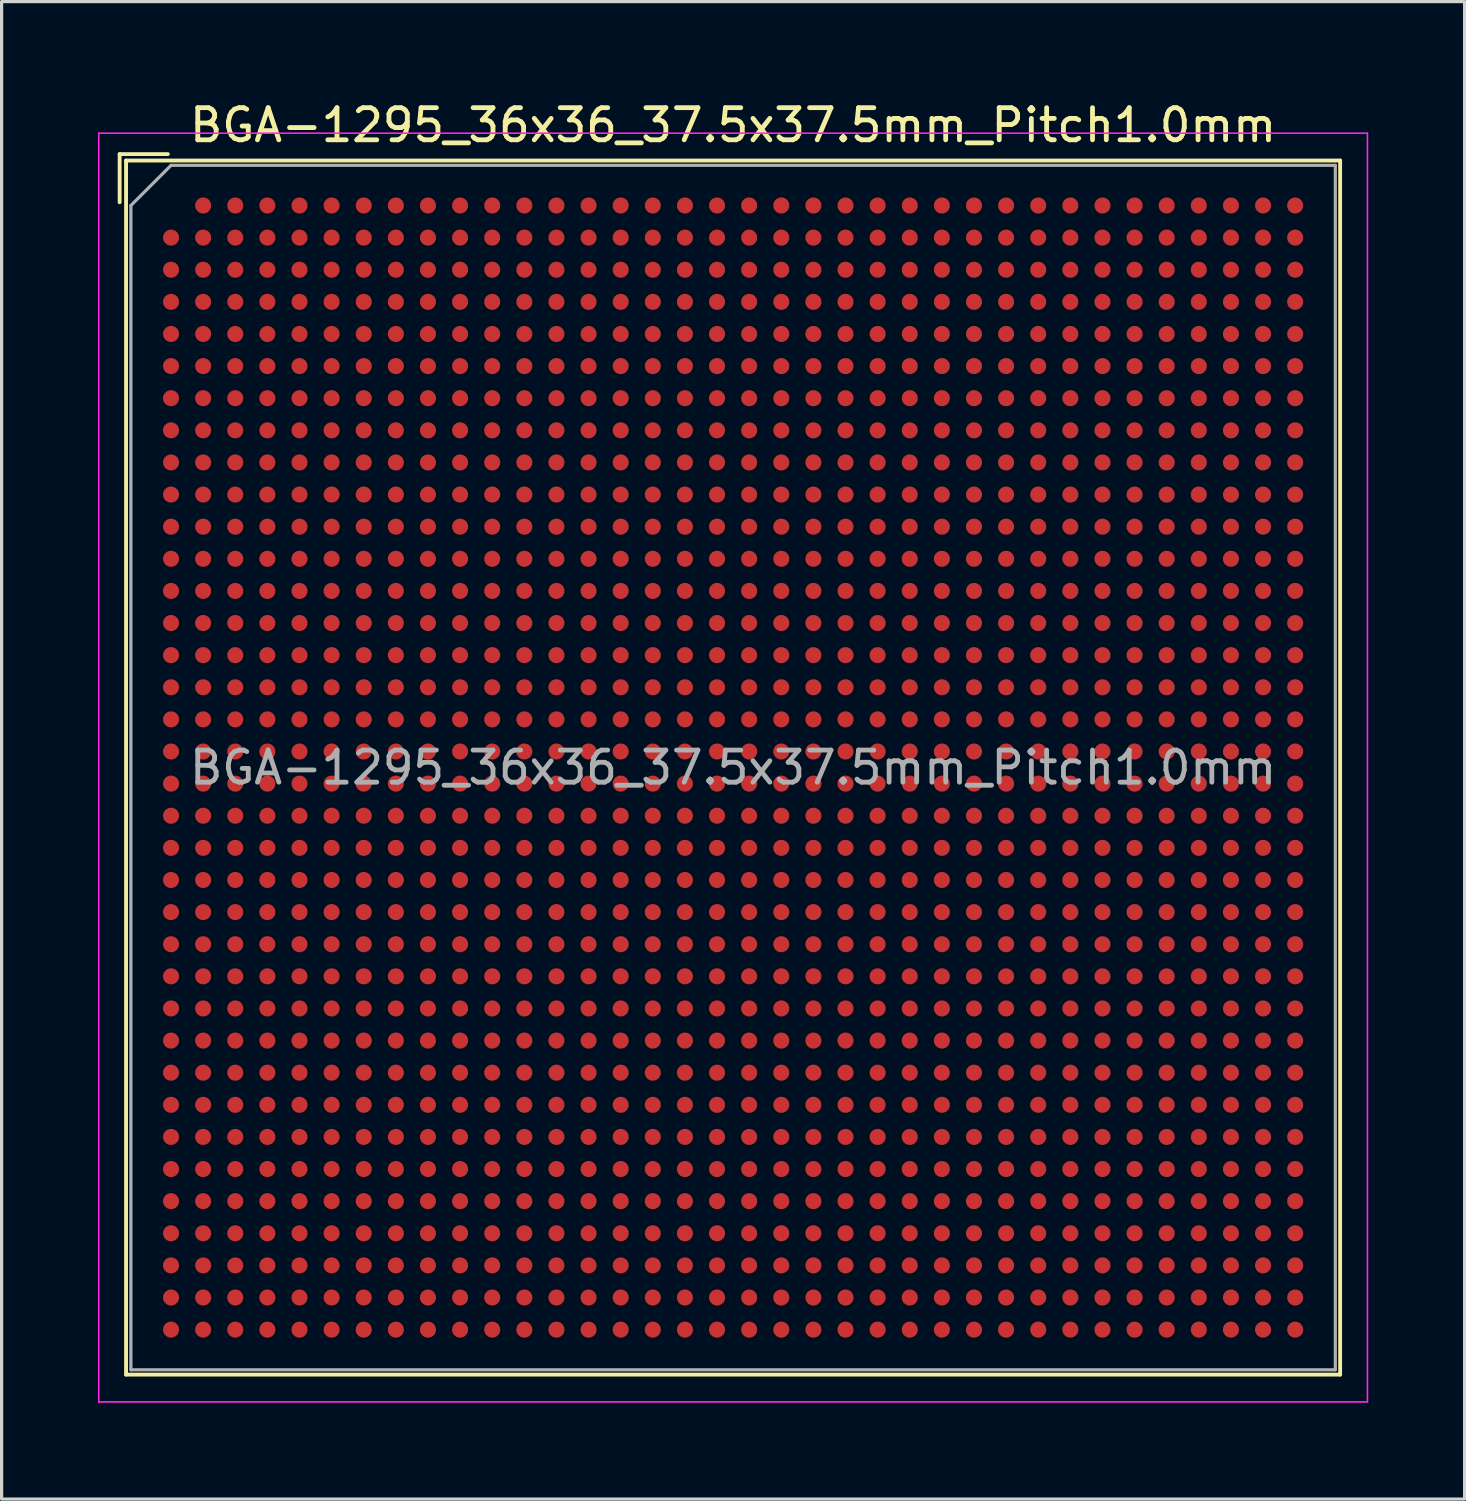
<source format=kicad_pcb>
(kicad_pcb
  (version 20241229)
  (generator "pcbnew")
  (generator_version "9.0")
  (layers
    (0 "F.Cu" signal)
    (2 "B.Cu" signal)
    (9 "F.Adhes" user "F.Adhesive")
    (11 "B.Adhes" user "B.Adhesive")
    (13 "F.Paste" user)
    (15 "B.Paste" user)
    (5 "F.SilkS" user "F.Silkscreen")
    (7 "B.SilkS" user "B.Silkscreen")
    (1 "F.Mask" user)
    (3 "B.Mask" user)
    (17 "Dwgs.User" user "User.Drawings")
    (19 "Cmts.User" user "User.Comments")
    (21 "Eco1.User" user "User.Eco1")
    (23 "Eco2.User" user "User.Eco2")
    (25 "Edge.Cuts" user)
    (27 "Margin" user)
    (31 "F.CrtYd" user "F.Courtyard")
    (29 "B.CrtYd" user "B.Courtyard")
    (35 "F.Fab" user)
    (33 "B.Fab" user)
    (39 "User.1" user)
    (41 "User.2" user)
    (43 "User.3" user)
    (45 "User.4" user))
  (footprint "BGA-1295_36x36_37.5x37.5mm_Pitch1.0mm"
    (layer "F.Cu")
    (at 19.775 20.848)
    (property "Reference" "BGA-1295_36x36_37.5x37.5mm_Pitch1.0mm" (at 0 -20 0) (layer "F.SilkS") (effects (font (size 1 1) (thickness 0.15))))
    (attr smd)
    (fp_line (start -19.1 -19.1) (end -17.6 -19.1) (stroke (width 0.12) (type solid)) (layer "F.SilkS"))
    (fp_line (start -19.1 -17.6) (end -19.1 -19.1) (stroke (width 0.12) (type solid)) (layer "F.SilkS"))
    (fp_line (start -18.9 -18.9) (end 18.9 -18.9) (stroke (width 0.12) (type solid)) (layer "F.SilkS"))
    (fp_line (start -18.9 18.9) (end -18.9 -18.9) (stroke (width 0.12) (type solid)) (layer "F.SilkS"))
    (fp_line (start 18.9 -18.9) (end 18.9 18.9) (stroke (width 0.12) (type solid)) (layer "F.SilkS"))
    (fp_line (start 18.9 18.9) (end -18.9 18.9) (stroke (width 0.12) (type solid)) (layer "F.SilkS"))
    (fp_line (start -19.75 -19.75) (end -19.75 19.75) (stroke (width 0.05) (type solid)) (layer "F.CrtYd"))
    (fp_line (start -19.75 -19.75) (end 19.75 -19.75) (stroke (width 0.05) (type solid)) (layer "F.CrtYd"))
    (fp_line (start 19.75 19.75) (end -19.75 19.75) (stroke (width 0.05) (type solid)) (layer "F.CrtYd"))
    (fp_line (start 19.75 19.75) (end 19.75 -19.75) (stroke (width 0.05) (type solid)) (layer "F.CrtYd"))
    (fp_line (start -18.75 -17.5) (end -17.5 -18.75) (stroke (width 0.1) (type solid)) (layer "F.Fab"))
    (fp_line (start -18.75 18.75) (end -18.75 -17.5) (stroke (width 0.1) (type solid)) (layer "F.Fab"))
    (fp_line (start -17.5 -18.75) (end 18.75 -18.75) (stroke (width 0.1) (type solid)) (layer "F.Fab"))
    (fp_line (start 18.75 -18.75) (end 18.75 18.75) (stroke (width 0.1) (type solid)) (layer "F.Fab"))
    (fp_line (start 18.75 18.75) (end -18.75 18.75) (stroke (width 0.1) (type solid)) (layer "F.Fab"))
    (fp_text user "${REFERENCE}" (at 0 0 0) (layer "F.Fab") (effects (font (size 1 1) (thickness 0.15))))
    (pad "A2" smd circle (at -16.5 -17.5) (size 0.5 0.5) (layers "F.Cu" "F.Mask" "F.Paste"))
    (pad "A3" smd circle (at -15.5 -17.5) (size 0.5 0.5) (layers "F.Cu" "F.Mask" "F.Paste"))
    (pad "A4" smd circle (at -14.5 -17.5) (size 0.5 0.5) (layers "F.Cu" "F.Mask" "F.Paste"))
    (pad "A5" smd circle (at -13.5 -17.5) (size 0.5 0.5) (layers "F.Cu" "F.Mask" "F.Paste"))
    (pad "A6" smd circle (at -12.5 -17.5) (size 0.5 0.5) (layers "F.Cu" "F.Mask" "F.Paste"))
    (pad "A7" smd circle (at -11.5 -17.5) (size 0.5 0.5) (layers "F.Cu" "F.Mask" "F.Paste"))
    (pad "A8" smd circle (at -10.5 -17.5) (size 0.5 0.5) (layers "F.Cu" "F.Mask" "F.Paste"))
    (pad "A9" smd circle (at -9.5 -17.5) (size 0.5 0.5) (layers "F.Cu" "F.Mask" "F.Paste"))
    (pad "A10" smd circle (at -8.5 -17.5) (size 0.5 0.5) (layers "F.Cu" "F.Mask" "F.Paste"))
    (pad "A11" smd circle (at -7.5 -17.5) (size 0.5 0.5) (layers "F.Cu" "F.Mask" "F.Paste"))
    (pad "A12" smd circle (at -6.5 -17.5) (size 0.5 0.5) (layers "F.Cu" "F.Mask" "F.Paste"))
    (pad "A13" smd circle (at -5.5 -17.5) (size 0.5 0.5) (layers "F.Cu" "F.Mask" "F.Paste"))
    (pad "A14" smd circle (at -4.5 -17.5) (size 0.5 0.5) (layers "F.Cu" "F.Mask" "F.Paste"))
    (pad "A15" smd circle (at -3.5 -17.5) (size 0.5 0.5) (layers "F.Cu" "F.Mask" "F.Paste"))
    (pad "A16" smd circle (at -2.5 -17.5) (size 0.5 0.5) (layers "F.Cu" "F.Mask" "F.Paste"))
    (pad "A17" smd circle (at -1.5 -17.5) (size 0.5 0.5) (layers "F.Cu" "F.Mask" "F.Paste"))
    (pad "A18" smd circle (at -0.5 -17.5) (size 0.5 0.5) (layers "F.Cu" "F.Mask" "F.Paste"))
    (pad "A19" smd circle (at 0.5 -17.5) (size 0.5 0.5) (layers "F.Cu" "F.Mask" "F.Paste"))
    (pad "A20" smd circle (at 1.5 -17.5) (size 0.5 0.5) (layers "F.Cu" "F.Mask" "F.Paste"))
    (pad "A21" smd circle (at 2.5 -17.5) (size 0.5 0.5) (layers "F.Cu" "F.Mask" "F.Paste"))
    (pad "A22" smd circle (at 3.5 -17.5) (size 0.5 0.5) (layers "F.Cu" "F.Mask" "F.Paste"))
    (pad "A23" smd circle (at 4.5 -17.5) (size 0.5 0.5) (layers "F.Cu" "F.Mask" "F.Paste"))
    (pad "A24" smd circle (at 5.5 -17.5) (size 0.5 0.5) (layers "F.Cu" "F.Mask" "F.Paste"))
    (pad "A25" smd circle (at 6.5 -17.5) (size 0.5 0.5) (layers "F.Cu" "F.Mask" "F.Paste"))
    (pad "A26" smd circle (at 7.5 -17.5) (size 0.5 0.5) (layers "F.Cu" "F.Mask" "F.Paste"))
    (pad "A27" smd circle (at 8.5 -17.5) (size 0.5 0.5) (layers "F.Cu" "F.Mask" "F.Paste"))
    (pad "A28" smd circle (at 9.5 -17.5) (size 0.5 0.5) (layers "F.Cu" "F.Mask" "F.Paste"))
    (pad "A29" smd circle (at 10.5 -17.5) (size 0.5 0.5) (layers "F.Cu" "F.Mask" "F.Paste"))
    (pad "A30" smd circle (at 11.5 -17.5) (size 0.5 0.5) (layers "F.Cu" "F.Mask" "F.Paste"))
    (pad "A31" smd circle (at 12.5 -17.5) (size 0.5 0.5) (layers "F.Cu" "F.Mask" "F.Paste"))
    (pad "A32" smd circle (at 13.5 -17.5) (size 0.5 0.5) (layers "F.Cu" "F.Mask" "F.Paste"))
    (pad "A33" smd circle (at 14.5 -17.5) (size 0.5 0.5) (layers "F.Cu" "F.Mask" "F.Paste"))
    (pad "A34" smd circle (at 15.5 -17.5) (size 0.5 0.5) (layers "F.Cu" "F.Mask" "F.Paste"))
    (pad "A35" smd circle (at 16.5 -17.5) (size 0.5 0.5) (layers "F.Cu" "F.Mask" "F.Paste"))
    (pad "A36" smd circle (at 17.5 -17.5) (size 0.5 0.5) (layers "F.Cu" "F.Mask" "F.Paste"))
    (pad "AA1" smd circle (at -17.5 2.5) (size 0.5 0.5) (layers "F.Cu" "F.Mask" "F.Paste"))
    (pad "AA2" smd circle (at -16.5 2.5) (size 0.5 0.5) (layers "F.Cu" "F.Mask" "F.Paste"))
    (pad "AA3" smd circle (at -15.5 2.5) (size 0.5 0.5) (layers "F.Cu" "F.Mask" "F.Paste"))
    (pad "AA4" smd circle (at -14.5 2.5) (size 0.5 0.5) (layers "F.Cu" "F.Mask" "F.Paste"))
    (pad "AA5" smd circle (at -13.5 2.5) (size 0.5 0.5) (layers "F.Cu" "F.Mask" "F.Paste"))
    (pad "AA6" smd circle (at -12.5 2.5) (size 0.5 0.5) (layers "F.Cu" "F.Mask" "F.Paste"))
    (pad "AA7" smd circle (at -11.5 2.5) (size 0.5 0.5) (layers "F.Cu" "F.Mask" "F.Paste"))
    (pad "AA8" smd circle (at -10.5 2.5) (size 0.5 0.5) (layers "F.Cu" "F.Mask" "F.Paste"))
    (pad "AA9" smd circle (at -9.5 2.5) (size 0.5 0.5) (layers "F.Cu" "F.Mask" "F.Paste"))
    (pad "AA10" smd circle (at -8.5 2.5) (size 0.5 0.5) (layers "F.Cu" "F.Mask" "F.Paste"))
    (pad "AA11" smd circle (at -7.5 2.5) (size 0.5 0.5) (layers "F.Cu" "F.Mask" "F.Paste"))
    (pad "AA12" smd circle (at -6.5 2.5) (size 0.5 0.5) (layers "F.Cu" "F.Mask" "F.Paste"))
    (pad "AA13" smd circle (at -5.5 2.5) (size 0.5 0.5) (layers "F.Cu" "F.Mask" "F.Paste"))
    (pad "AA14" smd circle (at -4.5 2.5) (size 0.5 0.5) (layers "F.Cu" "F.Mask" "F.Paste"))
    (pad "AA15" smd circle (at -3.5 2.5) (size 0.5 0.5) (layers "F.Cu" "F.Mask" "F.Paste"))
    (pad "AA16" smd circle (at -2.5 2.5) (size 0.5 0.5) (layers "F.Cu" "F.Mask" "F.Paste"))
    (pad "AA17" smd circle (at -1.5 2.5) (size 0.5 0.5) (layers "F.Cu" "F.Mask" "F.Paste"))
    (pad "AA18" smd circle (at -0.5 2.5) (size 0.5 0.5) (layers "F.Cu" "F.Mask" "F.Paste"))
    (pad "AA19" smd circle (at 0.5 2.5) (size 0.5 0.5) (layers "F.Cu" "F.Mask" "F.Paste"))
    (pad "AA20" smd circle (at 1.5 2.5) (size 0.5 0.5) (layers "F.Cu" "F.Mask" "F.Paste"))
    (pad "AA21" smd circle (at 2.5 2.5) (size 0.5 0.5) (layers "F.Cu" "F.Mask" "F.Paste"))
    (pad "AA22" smd circle (at 3.5 2.5) (size 0.5 0.5) (layers "F.Cu" "F.Mask" "F.Paste"))
    (pad "AA23" smd circle (at 4.5 2.5) (size 0.5 0.5) (layers "F.Cu" "F.Mask" "F.Paste"))
    (pad "AA24" smd circle (at 5.5 2.5) (size 0.5 0.5) (layers "F.Cu" "F.Mask" "F.Paste"))
    (pad "AA25" smd circle (at 6.5 2.5) (size 0.5 0.5) (layers "F.Cu" "F.Mask" "F.Paste"))
    (pad "AA26" smd circle (at 7.5 2.5) (size 0.5 0.5) (layers "F.Cu" "F.Mask" "F.Paste"))
    (pad "AA27" smd circle (at 8.5 2.5) (size 0.5 0.5) (layers "F.Cu" "F.Mask" "F.Paste"))
    (pad "AA28" smd circle (at 9.5 2.5) (size 0.5 0.5) (layers "F.Cu" "F.Mask" "F.Paste"))
    (pad "AA29" smd circle (at 10.5 2.5) (size 0.5 0.5) (layers "F.Cu" "F.Mask" "F.Paste"))
    (pad "AA30" smd circle (at 11.5 2.5) (size 0.5 0.5) (layers "F.Cu" "F.Mask" "F.Paste"))
    (pad "AA31" smd circle (at 12.5 2.5) (size 0.5 0.5) (layers "F.Cu" "F.Mask" "F.Paste"))
    (pad "AA32" smd circle (at 13.5 2.5) (size 0.5 0.5) (layers "F.Cu" "F.Mask" "F.Paste"))
    (pad "AA33" smd circle (at 14.5 2.5) (size 0.5 0.5) (layers "F.Cu" "F.Mask" "F.Paste"))
    (pad "AA34" smd circle (at 15.5 2.5) (size 0.5 0.5) (layers "F.Cu" "F.Mask" "F.Paste"))
    (pad "AA35" smd circle (at 16.5 2.5) (size 0.5 0.5) (layers "F.Cu" "F.Mask" "F.Paste"))
    (pad "AA36" smd circle (at 17.5 2.5) (size 0.5 0.5) (layers "F.Cu" "F.Mask" "F.Paste"))
    (pad "AB1" smd circle (at -17.5 3.5) (size 0.5 0.5) (layers "F.Cu" "F.Mask" "F.Paste"))
    (pad "AB2" smd circle (at -16.5 3.5) (size 0.5 0.5) (layers "F.Cu" "F.Mask" "F.Paste"))
    (pad "AB3" smd circle (at -15.5 3.5) (size 0.5 0.5) (layers "F.Cu" "F.Mask" "F.Paste"))
    (pad "AB4" smd circle (at -14.5 3.5) (size 0.5 0.5) (layers "F.Cu" "F.Mask" "F.Paste"))
    (pad "AB5" smd circle (at -13.5 3.5) (size 0.5 0.5) (layers "F.Cu" "F.Mask" "F.Paste"))
    (pad "AB6" smd circle (at -12.5 3.5) (size 0.5 0.5) (layers "F.Cu" "F.Mask" "F.Paste"))
    (pad "AB7" smd circle (at -11.5 3.5) (size 0.5 0.5) (layers "F.Cu" "F.Mask" "F.Paste"))
    (pad "AB8" smd circle (at -10.5 3.5) (size 0.5 0.5) (layers "F.Cu" "F.Mask" "F.Paste"))
    (pad "AB9" smd circle (at -9.5 3.5) (size 0.5 0.5) (layers "F.Cu" "F.Mask" "F.Paste"))
    (pad "AB10" smd circle (at -8.5 3.5) (size 0.5 0.5) (layers "F.Cu" "F.Mask" "F.Paste"))
    (pad "AB11" smd circle (at -7.5 3.5) (size 0.5 0.5) (layers "F.Cu" "F.Mask" "F.Paste"))
    (pad "AB12" smd circle (at -6.5 3.5) (size 0.5 0.5) (layers "F.Cu" "F.Mask" "F.Paste"))
    (pad "AB13" smd circle (at -5.5 3.5) (size 0.5 0.5) (layers "F.Cu" "F.Mask" "F.Paste"))
    (pad "AB14" smd circle (at -4.5 3.5) (size 0.5 0.5) (layers "F.Cu" "F.Mask" "F.Paste"))
    (pad "AB15" smd circle (at -3.5 3.5) (size 0.5 0.5) (layers "F.Cu" "F.Mask" "F.Paste"))
    (pad "AB16" smd circle (at -2.5 3.5) (size 0.5 0.5) (layers "F.Cu" "F.Mask" "F.Paste"))
    (pad "AB17" smd circle (at -1.5 3.5) (size 0.5 0.5) (layers "F.Cu" "F.Mask" "F.Paste"))
    (pad "AB18" smd circle (at -0.5 3.5) (size 0.5 0.5) (layers "F.Cu" "F.Mask" "F.Paste"))
    (pad "AB19" smd circle (at 0.5 3.5) (size 0.5 0.5) (layers "F.Cu" "F.Mask" "F.Paste"))
    (pad "AB20" smd circle (at 1.5 3.5) (size 0.5 0.5) (layers "F.Cu" "F.Mask" "F.Paste"))
    (pad "AB21" smd circle (at 2.5 3.5) (size 0.5 0.5) (layers "F.Cu" "F.Mask" "F.Paste"))
    (pad "AB22" smd circle (at 3.5 3.5) (size 0.5 0.5) (layers "F.Cu" "F.Mask" "F.Paste"))
    (pad "AB23" smd circle (at 4.5 3.5) (size 0.5 0.5) (layers "F.Cu" "F.Mask" "F.Paste"))
    (pad "AB24" smd circle (at 5.5 3.5) (size 0.5 0.5) (layers "F.Cu" "F.Mask" "F.Paste"))
    (pad "AB25" smd circle (at 6.5 3.5) (size 0.5 0.5) (layers "F.Cu" "F.Mask" "F.Paste"))
    (pad "AB26" smd circle (at 7.5 3.5) (size 0.5 0.5) (layers "F.Cu" "F.Mask" "F.Paste"))
    (pad "AB27" smd circle (at 8.5 3.5) (size 0.5 0.5) (layers "F.Cu" "F.Mask" "F.Paste"))
    (pad "AB28" smd circle (at 9.5 3.5) (size 0.5 0.5) (layers "F.Cu" "F.Mask" "F.Paste"))
    (pad "AB29" smd circle (at 10.5 3.5) (size 0.5 0.5) (layers "F.Cu" "F.Mask" "F.Paste"))
    (pad "AB30" smd circle (at 11.5 3.5) (size 0.5 0.5) (layers "F.Cu" "F.Mask" "F.Paste"))
    (pad "AB31" smd circle (at 12.5 3.5) (size 0.5 0.5) (layers "F.Cu" "F.Mask" "F.Paste"))
    (pad "AB32" smd circle (at 13.5 3.5) (size 0.5 0.5) (layers "F.Cu" "F.Mask" "F.Paste"))
    (pad "AB33" smd circle (at 14.5 3.5) (size 0.5 0.5) (layers "F.Cu" "F.Mask" "F.Paste"))
    (pad "AB34" smd circle (at 15.5 3.5) (size 0.5 0.5) (layers "F.Cu" "F.Mask" "F.Paste"))
    (pad "AB35" smd circle (at 16.5 3.5) (size 0.5 0.5) (layers "F.Cu" "F.Mask" "F.Paste"))
    (pad "AB36" smd circle (at 17.5 3.5) (size 0.5 0.5) (layers "F.Cu" "F.Mask" "F.Paste"))
    (pad "AC1" smd circle (at -17.5 4.5) (size 0.5 0.5) (layers "F.Cu" "F.Mask" "F.Paste"))
    (pad "AC2" smd circle (at -16.5 4.5) (size 0.5 0.5) (layers "F.Cu" "F.Mask" "F.Paste"))
    (pad "AC3" smd circle (at -15.5 4.5) (size 0.5 0.5) (layers "F.Cu" "F.Mask" "F.Paste"))
    (pad "AC4" smd circle (at -14.5 4.5) (size 0.5 0.5) (layers "F.Cu" "F.Mask" "F.Paste"))
    (pad "AC5" smd circle (at -13.5 4.5) (size 0.5 0.5) (layers "F.Cu" "F.Mask" "F.Paste"))
    (pad "AC6" smd circle (at -12.5 4.5) (size 0.5 0.5) (layers "F.Cu" "F.Mask" "F.Paste"))
    (pad "AC7" smd circle (at -11.5 4.5) (size 0.5 0.5) (layers "F.Cu" "F.Mask" "F.Paste"))
    (pad "AC8" smd circle (at -10.5 4.5) (size 0.5 0.5) (layers "F.Cu" "F.Mask" "F.Paste"))
    (pad "AC9" smd circle (at -9.5 4.5) (size 0.5 0.5) (layers "F.Cu" "F.Mask" "F.Paste"))
    (pad "AC10" smd circle (at -8.5 4.5) (size 0.5 0.5) (layers "F.Cu" "F.Mask" "F.Paste"))
    (pad "AC11" smd circle (at -7.5 4.5) (size 0.5 0.5) (layers "F.Cu" "F.Mask" "F.Paste"))
    (pad "AC12" smd circle (at -6.5 4.5) (size 0.5 0.5) (layers "F.Cu" "F.Mask" "F.Paste"))
    (pad "AC13" smd circle (at -5.5 4.5) (size 0.5 0.5) (layers "F.Cu" "F.Mask" "F.Paste"))
    (pad "AC14" smd circle (at -4.5 4.5) (size 0.5 0.5) (layers "F.Cu" "F.Mask" "F.Paste"))
    (pad "AC15" smd circle (at -3.5 4.5) (size 0.5 0.5) (layers "F.Cu" "F.Mask" "F.Paste"))
    (pad "AC16" smd circle (at -2.5 4.5) (size 0.5 0.5) (layers "F.Cu" "F.Mask" "F.Paste"))
    (pad "AC17" smd circle (at -1.5 4.5) (size 0.5 0.5) (layers "F.Cu" "F.Mask" "F.Paste"))
    (pad "AC18" smd circle (at -0.5 4.5) (size 0.5 0.5) (layers "F.Cu" "F.Mask" "F.Paste"))
    (pad "AC19" smd circle (at 0.5 4.5) (size 0.5 0.5) (layers "F.Cu" "F.Mask" "F.Paste"))
    (pad "AC20" smd circle (at 1.5 4.5) (size 0.5 0.5) (layers "F.Cu" "F.Mask" "F.Paste"))
    (pad "AC21" smd circle (at 2.5 4.5) (size 0.5 0.5) (layers "F.Cu" "F.Mask" "F.Paste"))
    (pad "AC22" smd circle (at 3.5 4.5) (size 0.5 0.5) (layers "F.Cu" "F.Mask" "F.Paste"))
    (pad "AC23" smd circle (at 4.5 4.5) (size 0.5 0.5) (layers "F.Cu" "F.Mask" "F.Paste"))
    (pad "AC24" smd circle (at 5.5 4.5) (size 0.5 0.5) (layers "F.Cu" "F.Mask" "F.Paste"))
    (pad "AC25" smd circle (at 6.5 4.5) (size 0.5 0.5) (layers "F.Cu" "F.Mask" "F.Paste"))
    (pad "AC26" smd circle (at 7.5 4.5) (size 0.5 0.5) (layers "F.Cu" "F.Mask" "F.Paste"))
    (pad "AC27" smd circle (at 8.5 4.5) (size 0.5 0.5) (layers "F.Cu" "F.Mask" "F.Paste"))
    (pad "AC28" smd circle (at 9.5 4.5) (size 0.5 0.5) (layers "F.Cu" "F.Mask" "F.Paste"))
    (pad "AC29" smd circle (at 10.5 4.5) (size 0.5 0.5) (layers "F.Cu" "F.Mask" "F.Paste"))
    (pad "AC30" smd circle (at 11.5 4.5) (size 0.5 0.5) (layers "F.Cu" "F.Mask" "F.Paste"))
    (pad "AC31" smd circle (at 12.5 4.5) (size 0.5 0.5) (layers "F.Cu" "F.Mask" "F.Paste"))
    (pad "AC32" smd circle (at 13.5 4.5) (size 0.5 0.5) (layers "F.Cu" "F.Mask" "F.Paste"))
    (pad "AC33" smd circle (at 14.5 4.5) (size 0.5 0.5) (layers "F.Cu" "F.Mask" "F.Paste"))
    (pad "AC34" smd circle (at 15.5 4.5) (size 0.5 0.5) (layers "F.Cu" "F.Mask" "F.Paste"))
    (pad "AC35" smd circle (at 16.5 4.5) (size 0.5 0.5) (layers "F.Cu" "F.Mask" "F.Paste"))
    (pad "AC36" smd circle (at 17.5 4.5) (size 0.5 0.5) (layers "F.Cu" "F.Mask" "F.Paste"))
    (pad "AD1" smd circle (at -17.5 5.5) (size 0.5 0.5) (layers "F.Cu" "F.Mask" "F.Paste"))
    (pad "AD2" smd circle (at -16.5 5.5) (size 0.5 0.5) (layers "F.Cu" "F.Mask" "F.Paste"))
    (pad "AD3" smd circle (at -15.5 5.5) (size 0.5 0.5) (layers "F.Cu" "F.Mask" "F.Paste"))
    (pad "AD4" smd circle (at -14.5 5.5) (size 0.5 0.5) (layers "F.Cu" "F.Mask" "F.Paste"))
    (pad "AD5" smd circle (at -13.5 5.5) (size 0.5 0.5) (layers "F.Cu" "F.Mask" "F.Paste"))
    (pad "AD6" smd circle (at -12.5 5.5) (size 0.5 0.5) (layers "F.Cu" "F.Mask" "F.Paste"))
    (pad "AD7" smd circle (at -11.5 5.5) (size 0.5 0.5) (layers "F.Cu" "F.Mask" "F.Paste"))
    (pad "AD8" smd circle (at -10.5 5.5) (size 0.5 0.5) (layers "F.Cu" "F.Mask" "F.Paste"))
    (pad "AD9" smd circle (at -9.5 5.5) (size 0.5 0.5) (layers "F.Cu" "F.Mask" "F.Paste"))
    (pad "AD10" smd circle (at -8.5 5.5) (size 0.5 0.5) (layers "F.Cu" "F.Mask" "F.Paste"))
    (pad "AD11" smd circle (at -7.5 5.5) (size 0.5 0.5) (layers "F.Cu" "F.Mask" "F.Paste"))
    (pad "AD12" smd circle (at -6.5 5.5) (size 0.5 0.5) (layers "F.Cu" "F.Mask" "F.Paste"))
    (pad "AD13" smd circle (at -5.5 5.5) (size 0.5 0.5) (layers "F.Cu" "F.Mask" "F.Paste"))
    (pad "AD14" smd circle (at -4.5 5.5) (size 0.5 0.5) (layers "F.Cu" "F.Mask" "F.Paste"))
    (pad "AD15" smd circle (at -3.5 5.5) (size 0.5 0.5) (layers "F.Cu" "F.Mask" "F.Paste"))
    (pad "AD16" smd circle (at -2.5 5.5) (size 0.5 0.5) (layers "F.Cu" "F.Mask" "F.Paste"))
    (pad "AD17" smd circle (at -1.5 5.5) (size 0.5 0.5) (layers "F.Cu" "F.Mask" "F.Paste"))
    (pad "AD18" smd circle (at -0.5 5.5) (size 0.5 0.5) (layers "F.Cu" "F.Mask" "F.Paste"))
    (pad "AD19" smd circle (at 0.5 5.5) (size 0.5 0.5) (layers "F.Cu" "F.Mask" "F.Paste"))
    (pad "AD20" smd circle (at 1.5 5.5) (size 0.5 0.5) (layers "F.Cu" "F.Mask" "F.Paste"))
    (pad "AD21" smd circle (at 2.5 5.5) (size 0.5 0.5) (layers "F.Cu" "F.Mask" "F.Paste"))
    (pad "AD22" smd circle (at 3.5 5.5) (size 0.5 0.5) (layers "F.Cu" "F.Mask" "F.Paste"))
    (pad "AD23" smd circle (at 4.5 5.5) (size 0.5 0.5) (layers "F.Cu" "F.Mask" "F.Paste"))
    (pad "AD24" smd circle (at 5.5 5.5) (size 0.5 0.5) (layers "F.Cu" "F.Mask" "F.Paste"))
    (pad "AD25" smd circle (at 6.5 5.5) (size 0.5 0.5) (layers "F.Cu" "F.Mask" "F.Paste"))
    (pad "AD26" smd circle (at 7.5 5.5) (size 0.5 0.5) (layers "F.Cu" "F.Mask" "F.Paste"))
    (pad "AD27" smd circle (at 8.5 5.5) (size 0.5 0.5) (layers "F.Cu" "F.Mask" "F.Paste"))
    (pad "AD28" smd circle (at 9.5 5.5) (size 0.5 0.5) (layers "F.Cu" "F.Mask" "F.Paste"))
    (pad "AD29" smd circle (at 10.5 5.5) (size 0.5 0.5) (layers "F.Cu" "F.Mask" "F.Paste"))
    (pad "AD30" smd circle (at 11.5 5.5) (size 0.5 0.5) (layers "F.Cu" "F.Mask" "F.Paste"))
    (pad "AD31" smd circle (at 12.5 5.5) (size 0.5 0.5) (layers "F.Cu" "F.Mask" "F.Paste"))
    (pad "AD32" smd circle (at 13.5 5.5) (size 0.5 0.5) (layers "F.Cu" "F.Mask" "F.Paste"))
    (pad "AD33" smd circle (at 14.5 5.5) (size 0.5 0.5) (layers "F.Cu" "F.Mask" "F.Paste"))
    (pad "AD34" smd circle (at 15.5 5.5) (size 0.5 0.5) (layers "F.Cu" "F.Mask" "F.Paste"))
    (pad "AD35" smd circle (at 16.5 5.5) (size 0.5 0.5) (layers "F.Cu" "F.Mask" "F.Paste"))
    (pad "AD36" smd circle (at 17.5 5.5) (size 0.5 0.5) (layers "F.Cu" "F.Mask" "F.Paste"))
    (pad "AE1" smd circle (at -17.5 6.5) (size 0.5 0.5) (layers "F.Cu" "F.Mask" "F.Paste"))
    (pad "AE2" smd circle (at -16.5 6.5) (size 0.5 0.5) (layers "F.Cu" "F.Mask" "F.Paste"))
    (pad "AE3" smd circle (at -15.5 6.5) (size 0.5 0.5) (layers "F.Cu" "F.Mask" "F.Paste"))
    (pad "AE4" smd circle (at -14.5 6.5) (size 0.5 0.5) (layers "F.Cu" "F.Mask" "F.Paste"))
    (pad "AE5" smd circle (at -13.5 6.5) (size 0.5 0.5) (layers "F.Cu" "F.Mask" "F.Paste"))
    (pad "AE6" smd circle (at -12.5 6.5) (size 0.5 0.5) (layers "F.Cu" "F.Mask" "F.Paste"))
    (pad "AE7" smd circle (at -11.5 6.5) (size 0.5 0.5) (layers "F.Cu" "F.Mask" "F.Paste"))
    (pad "AE8" smd circle (at -10.5 6.5) (size 0.5 0.5) (layers "F.Cu" "F.Mask" "F.Paste"))
    (pad "AE9" smd circle (at -9.5 6.5) (size 0.5 0.5) (layers "F.Cu" "F.Mask" "F.Paste"))
    (pad "AE10" smd circle (at -8.5 6.5) (size 0.5 0.5) (layers "F.Cu" "F.Mask" "F.Paste"))
    (pad "AE11" smd circle (at -7.5 6.5) (size 0.5 0.5) (layers "F.Cu" "F.Mask" "F.Paste"))
    (pad "AE12" smd circle (at -6.5 6.5) (size 0.5 0.5) (layers "F.Cu" "F.Mask" "F.Paste"))
    (pad "AE13" smd circle (at -5.5 6.5) (size 0.5 0.5) (layers "F.Cu" "F.Mask" "F.Paste"))
    (pad "AE14" smd circle (at -4.5 6.5) (size 0.5 0.5) (layers "F.Cu" "F.Mask" "F.Paste"))
    (pad "AE15" smd circle (at -3.5 6.5) (size 0.5 0.5) (layers "F.Cu" "F.Mask" "F.Paste"))
    (pad "AE16" smd circle (at -2.5 6.5) (size 0.5 0.5) (layers "F.Cu" "F.Mask" "F.Paste"))
    (pad "AE17" smd circle (at -1.5 6.5) (size 0.5 0.5) (layers "F.Cu" "F.Mask" "F.Paste"))
    (pad "AE18" smd circle (at -0.5 6.5) (size 0.5 0.5) (layers "F.Cu" "F.Mask" "F.Paste"))
    (pad "AE19" smd circle (at 0.5 6.5) (size 0.5 0.5) (layers "F.Cu" "F.Mask" "F.Paste"))
    (pad "AE20" smd circle (at 1.5 6.5) (size 0.5 0.5) (layers "F.Cu" "F.Mask" "F.Paste"))
    (pad "AE21" smd circle (at 2.5 6.5) (size 0.5 0.5) (layers "F.Cu" "F.Mask" "F.Paste"))
    (pad "AE22" smd circle (at 3.5 6.5) (size 0.5 0.5) (layers "F.Cu" "F.Mask" "F.Paste"))
    (pad "AE23" smd circle (at 4.5 6.5) (size 0.5 0.5) (layers "F.Cu" "F.Mask" "F.Paste"))
    (pad "AE24" smd circle (at 5.5 6.5) (size 0.5 0.5) (layers "F.Cu" "F.Mask" "F.Paste"))
    (pad "AE25" smd circle (at 6.5 6.5) (size 0.5 0.5) (layers "F.Cu" "F.Mask" "F.Paste"))
    (pad "AE26" smd circle (at 7.5 6.5) (size 0.5 0.5) (layers "F.Cu" "F.Mask" "F.Paste"))
    (pad "AE27" smd circle (at 8.5 6.5) (size 0.5 0.5) (layers "F.Cu" "F.Mask" "F.Paste"))
    (pad "AE28" smd circle (at 9.5 6.5) (size 0.5 0.5) (layers "F.Cu" "F.Mask" "F.Paste"))
    (pad "AE29" smd circle (at 10.5 6.5) (size 0.5 0.5) (layers "F.Cu" "F.Mask" "F.Paste"))
    (pad "AE30" smd circle (at 11.5 6.5) (size 0.5 0.5) (layers "F.Cu" "F.Mask" "F.Paste"))
    (pad "AE31" smd circle (at 12.5 6.5) (size 0.5 0.5) (layers "F.Cu" "F.Mask" "F.Paste"))
    (pad "AE32" smd circle (at 13.5 6.5) (size 0.5 0.5) (layers "F.Cu" "F.Mask" "F.Paste"))
    (pad "AE33" smd circle (at 14.5 6.5) (size 0.5 0.5) (layers "F.Cu" "F.Mask" "F.Paste"))
    (pad "AE34" smd circle (at 15.5 6.5) (size 0.5 0.5) (layers "F.Cu" "F.Mask" "F.Paste"))
    (pad "AE35" smd circle (at 16.5 6.5) (size 0.5 0.5) (layers "F.Cu" "F.Mask" "F.Paste"))
    (pad "AE36" smd circle (at 17.5 6.5) (size 0.5 0.5) (layers "F.Cu" "F.Mask" "F.Paste"))
    (pad "AF1" smd circle (at -17.5 7.5) (size 0.5 0.5) (layers "F.Cu" "F.Mask" "F.Paste"))
    (pad "AF2" smd circle (at -16.5 7.5) (size 0.5 0.5) (layers "F.Cu" "F.Mask" "F.Paste"))
    (pad "AF3" smd circle (at -15.5 7.5) (size 0.5 0.5) (layers "F.Cu" "F.Mask" "F.Paste"))
    (pad "AF4" smd circle (at -14.5 7.5) (size 0.5 0.5) (layers "F.Cu" "F.Mask" "F.Paste"))
    (pad "AF5" smd circle (at -13.5 7.5) (size 0.5 0.5) (layers "F.Cu" "F.Mask" "F.Paste"))
    (pad "AF6" smd circle (at -12.5 7.5) (size 0.5 0.5) (layers "F.Cu" "F.Mask" "F.Paste"))
    (pad "AF7" smd circle (at -11.5 7.5) (size 0.5 0.5) (layers "F.Cu" "F.Mask" "F.Paste"))
    (pad "AF8" smd circle (at -10.5 7.5) (size 0.5 0.5) (layers "F.Cu" "F.Mask" "F.Paste"))
    (pad "AF9" smd circle (at -9.5 7.5) (size 0.5 0.5) (layers "F.Cu" "F.Mask" "F.Paste"))
    (pad "AF10" smd circle (at -8.5 7.5) (size 0.5 0.5) (layers "F.Cu" "F.Mask" "F.Paste"))
    (pad "AF11" smd circle (at -7.5 7.5) (size 0.5 0.5) (layers "F.Cu" "F.Mask" "F.Paste"))
    (pad "AF12" smd circle (at -6.5 7.5) (size 0.5 0.5) (layers "F.Cu" "F.Mask" "F.Paste"))
    (pad "AF13" smd circle (at -5.5 7.5) (size 0.5 0.5) (layers "F.Cu" "F.Mask" "F.Paste"))
    (pad "AF14" smd circle (at -4.5 7.5) (size 0.5 0.5) (layers "F.Cu" "F.Mask" "F.Paste"))
    (pad "AF15" smd circle (at -3.5 7.5) (size 0.5 0.5) (layers "F.Cu" "F.Mask" "F.Paste"))
    (pad "AF16" smd circle (at -2.5 7.5) (size 0.5 0.5) (layers "F.Cu" "F.Mask" "F.Paste"))
    (pad "AF17" smd circle (at -1.5 7.5) (size 0.5 0.5) (layers "F.Cu" "F.Mask" "F.Paste"))
    (pad "AF18" smd circle (at -0.5 7.5) (size 0.5 0.5) (layers "F.Cu" "F.Mask" "F.Paste"))
    (pad "AF19" smd circle (at 0.5 7.5) (size 0.5 0.5) (layers "F.Cu" "F.Mask" "F.Paste"))
    (pad "AF20" smd circle (at 1.5 7.5) (size 0.5 0.5) (layers "F.Cu" "F.Mask" "F.Paste"))
    (pad "AF21" smd circle (at 2.5 7.5) (size 0.5 0.5) (layers "F.Cu" "F.Mask" "F.Paste"))
    (pad "AF22" smd circle (at 3.5 7.5) (size 0.5 0.5) (layers "F.Cu" "F.Mask" "F.Paste"))
    (pad "AF23" smd circle (at 4.5 7.5) (size 0.5 0.5) (layers "F.Cu" "F.Mask" "F.Paste"))
    (pad "AF24" smd circle (at 5.5 7.5) (size 0.5 0.5) (layers "F.Cu" "F.Mask" "F.Paste"))
    (pad "AF25" smd circle (at 6.5 7.5) (size 0.5 0.5) (layers "F.Cu" "F.Mask" "F.Paste"))
    (pad "AF26" smd circle (at 7.5 7.5) (size 0.5 0.5) (layers "F.Cu" "F.Mask" "F.Paste"))
    (pad "AF27" smd circle (at 8.5 7.5) (size 0.5 0.5) (layers "F.Cu" "F.Mask" "F.Paste"))
    (pad "AF28" smd circle (at 9.5 7.5) (size 0.5 0.5) (layers "F.Cu" "F.Mask" "F.Paste"))
    (pad "AF29" smd circle (at 10.5 7.5) (size 0.5 0.5) (layers "F.Cu" "F.Mask" "F.Paste"))
    (pad "AF30" smd circle (at 11.5 7.5) (size 0.5 0.5) (layers "F.Cu" "F.Mask" "F.Paste"))
    (pad "AF31" smd circle (at 12.5 7.5) (size 0.5 0.5) (layers "F.Cu" "F.Mask" "F.Paste"))
    (pad "AF32" smd circle (at 13.5 7.5) (size 0.5 0.5) (layers "F.Cu" "F.Mask" "F.Paste"))
    (pad "AF33" smd circle (at 14.5 7.5) (size 0.5 0.5) (layers "F.Cu" "F.Mask" "F.Paste"))
    (pad "AF34" smd circle (at 15.5 7.5) (size 0.5 0.5) (layers "F.Cu" "F.Mask" "F.Paste"))
    (pad "AF35" smd circle (at 16.5 7.5) (size 0.5 0.5) (layers "F.Cu" "F.Mask" "F.Paste"))
    (pad "AF36" smd circle (at 17.5 7.5) (size 0.5 0.5) (layers "F.Cu" "F.Mask" "F.Paste"))
    (pad "AG1" smd circle (at -17.5 8.5) (size 0.5 0.5) (layers "F.Cu" "F.Mask" "F.Paste"))
    (pad "AG2" smd circle (at -16.5 8.5) (size 0.5 0.5) (layers "F.Cu" "F.Mask" "F.Paste"))
    (pad "AG3" smd circle (at -15.5 8.5) (size 0.5 0.5) (layers "F.Cu" "F.Mask" "F.Paste"))
    (pad "AG4" smd circle (at -14.5 8.5) (size 0.5 0.5) (layers "F.Cu" "F.Mask" "F.Paste"))
    (pad "AG5" smd circle (at -13.5 8.5) (size 0.5 0.5) (layers "F.Cu" "F.Mask" "F.Paste"))
    (pad "AG6" smd circle (at -12.5 8.5) (size 0.5 0.5) (layers "F.Cu" "F.Mask" "F.Paste"))
    (pad "AG7" smd circle (at -11.5 8.5) (size 0.5 0.5) (layers "F.Cu" "F.Mask" "F.Paste"))
    (pad "AG8" smd circle (at -10.5 8.5) (size 0.5 0.5) (layers "F.Cu" "F.Mask" "F.Paste"))
    (pad "AG9" smd circle (at -9.5 8.5) (size 0.5 0.5) (layers "F.Cu" "F.Mask" "F.Paste"))
    (pad "AG10" smd circle (at -8.5 8.5) (size 0.5 0.5) (layers "F.Cu" "F.Mask" "F.Paste"))
    (pad "AG11" smd circle (at -7.5 8.5) (size 0.5 0.5) (layers "F.Cu" "F.Mask" "F.Paste"))
    (pad "AG12" smd circle (at -6.5 8.5) (size 0.5 0.5) (layers "F.Cu" "F.Mask" "F.Paste"))
    (pad "AG13" smd circle (at -5.5 8.5) (size 0.5 0.5) (layers "F.Cu" "F.Mask" "F.Paste"))
    (pad "AG14" smd circle (at -4.5 8.5) (size 0.5 0.5) (layers "F.Cu" "F.Mask" "F.Paste"))
    (pad "AG15" smd circle (at -3.5 8.5) (size 0.5 0.5) (layers "F.Cu" "F.Mask" "F.Paste"))
    (pad "AG16" smd circle (at -2.5 8.5) (size 0.5 0.5) (layers "F.Cu" "F.Mask" "F.Paste"))
    (pad "AG17" smd circle (at -1.5 8.5) (size 0.5 0.5) (layers "F.Cu" "F.Mask" "F.Paste"))
    (pad "AG18" smd circle (at -0.5 8.5) (size 0.5 0.5) (layers "F.Cu" "F.Mask" "F.Paste"))
    (pad "AG19" smd circle (at 0.5 8.5) (size 0.5 0.5) (layers "F.Cu" "F.Mask" "F.Paste"))
    (pad "AG20" smd circle (at 1.5 8.5) (size 0.5 0.5) (layers "F.Cu" "F.Mask" "F.Paste"))
    (pad "AG21" smd circle (at 2.5 8.5) (size 0.5 0.5) (layers "F.Cu" "F.Mask" "F.Paste"))
    (pad "AG22" smd circle (at 3.5 8.5) (size 0.5 0.5) (layers "F.Cu" "F.Mask" "F.Paste"))
    (pad "AG23" smd circle (at 4.5 8.5) (size 0.5 0.5) (layers "F.Cu" "F.Mask" "F.Paste"))
    (pad "AG24" smd circle (at 5.5 8.5) (size 0.5 0.5) (layers "F.Cu" "F.Mask" "F.Paste"))
    (pad "AG25" smd circle (at 6.5 8.5) (size 0.5 0.5) (layers "F.Cu" "F.Mask" "F.Paste"))
    (pad "AG26" smd circle (at 7.5 8.5) (size 0.5 0.5) (layers "F.Cu" "F.Mask" "F.Paste"))
    (pad "AG27" smd circle (at 8.5 8.5) (size 0.5 0.5) (layers "F.Cu" "F.Mask" "F.Paste"))
    (pad "AG28" smd circle (at 9.5 8.5) (size 0.5 0.5) (layers "F.Cu" "F.Mask" "F.Paste"))
    (pad "AG29" smd circle (at 10.5 8.5) (size 0.5 0.5) (layers "F.Cu" "F.Mask" "F.Paste"))
    (pad "AG30" smd circle (at 11.5 8.5) (size 0.5 0.5) (layers "F.Cu" "F.Mask" "F.Paste"))
    (pad "AG31" smd circle (at 12.5 8.5) (size 0.5 0.5) (layers "F.Cu" "F.Mask" "F.Paste"))
    (pad "AG32" smd circle (at 13.5 8.5) (size 0.5 0.5) (layers "F.Cu" "F.Mask" "F.Paste"))
    (pad "AG33" smd circle (at 14.5 8.5) (size 0.5 0.5) (layers "F.Cu" "F.Mask" "F.Paste"))
    (pad "AG34" smd circle (at 15.5 8.5) (size 0.5 0.5) (layers "F.Cu" "F.Mask" "F.Paste"))
    (pad "AG35" smd circle (at 16.5 8.5) (size 0.5 0.5) (layers "F.Cu" "F.Mask" "F.Paste"))
    (pad "AG36" smd circle (at 17.5 8.5) (size 0.5 0.5) (layers "F.Cu" "F.Mask" "F.Paste"))
    (pad "AH1" smd circle (at -17.5 9.5) (size 0.5 0.5) (layers "F.Cu" "F.Mask" "F.Paste"))
    (pad "AH2" smd circle (at -16.5 9.5) (size 0.5 0.5) (layers "F.Cu" "F.Mask" "F.Paste"))
    (pad "AH3" smd circle (at -15.5 9.5) (size 0.5 0.5) (layers "F.Cu" "F.Mask" "F.Paste"))
    (pad "AH4" smd circle (at -14.5 9.5) (size 0.5 0.5) (layers "F.Cu" "F.Mask" "F.Paste"))
    (pad "AH5" smd circle (at -13.5 9.5) (size 0.5 0.5) (layers "F.Cu" "F.Mask" "F.Paste"))
    (pad "AH6" smd circle (at -12.5 9.5) (size 0.5 0.5) (layers "F.Cu" "F.Mask" "F.Paste"))
    (pad "AH7" smd circle (at -11.5 9.5) (size 0.5 0.5) (layers "F.Cu" "F.Mask" "F.Paste"))
    (pad "AH8" smd circle (at -10.5 9.5) (size 0.5 0.5) (layers "F.Cu" "F.Mask" "F.Paste"))
    (pad "AH9" smd circle (at -9.5 9.5) (size 0.5 0.5) (layers "F.Cu" "F.Mask" "F.Paste"))
    (pad "AH10" smd circle (at -8.5 9.5) (size 0.5 0.5) (layers "F.Cu" "F.Mask" "F.Paste"))
    (pad "AH11" smd circle (at -7.5 9.5) (size 0.5 0.5) (layers "F.Cu" "F.Mask" "F.Paste"))
    (pad "AH12" smd circle (at -6.5 9.5) (size 0.5 0.5) (layers "F.Cu" "F.Mask" "F.Paste"))
    (pad "AH13" smd circle (at -5.5 9.5) (size 0.5 0.5) (layers "F.Cu" "F.Mask" "F.Paste"))
    (pad "AH14" smd circle (at -4.5 9.5) (size 0.5 0.5) (layers "F.Cu" "F.Mask" "F.Paste"))
    (pad "AH15" smd circle (at -3.5 9.5) (size 0.5 0.5) (layers "F.Cu" "F.Mask" "F.Paste"))
    (pad "AH16" smd circle (at -2.5 9.5) (size 0.5 0.5) (layers "F.Cu" "F.Mask" "F.Paste"))
    (pad "AH17" smd circle (at -1.5 9.5) (size 0.5 0.5) (layers "F.Cu" "F.Mask" "F.Paste"))
    (pad "AH18" smd circle (at -0.5 9.5) (size 0.5 0.5) (layers "F.Cu" "F.Mask" "F.Paste"))
    (pad "AH19" smd circle (at 0.5 9.5) (size 0.5 0.5) (layers "F.Cu" "F.Mask" "F.Paste"))
    (pad "AH20" smd circle (at 1.5 9.5) (size 0.5 0.5) (layers "F.Cu" "F.Mask" "F.Paste"))
    (pad "AH21" smd circle (at 2.5 9.5) (size 0.5 0.5) (layers "F.Cu" "F.Mask" "F.Paste"))
    (pad "AH22" smd circle (at 3.5 9.5) (size 0.5 0.5) (layers "F.Cu" "F.Mask" "F.Paste"))
    (pad "AH23" smd circle (at 4.5 9.5) (size 0.5 0.5) (layers "F.Cu" "F.Mask" "F.Paste"))
    (pad "AH24" smd circle (at 5.5 9.5) (size 0.5 0.5) (layers "F.Cu" "F.Mask" "F.Paste"))
    (pad "AH25" smd circle (at 6.5 9.5) (size 0.5 0.5) (layers "F.Cu" "F.Mask" "F.Paste"))
    (pad "AH26" smd circle (at 7.5 9.5) (size 0.5 0.5) (layers "F.Cu" "F.Mask" "F.Paste"))
    (pad "AH27" smd circle (at 8.5 9.5) (size 0.5 0.5) (layers "F.Cu" "F.Mask" "F.Paste"))
    (pad "AH28" smd circle (at 9.5 9.5) (size 0.5 0.5) (layers "F.Cu" "F.Mask" "F.Paste"))
    (pad "AH29" smd circle (at 10.5 9.5) (size 0.5 0.5) (layers "F.Cu" "F.Mask" "F.Paste"))
    (pad "AH30" smd circle (at 11.5 9.5) (size 0.5 0.5) (layers "F.Cu" "F.Mask" "F.Paste"))
    (pad "AH31" smd circle (at 12.5 9.5) (size 0.5 0.5) (layers "F.Cu" "F.Mask" "F.Paste"))
    (pad "AH32" smd circle (at 13.5 9.5) (size 0.5 0.5) (layers "F.Cu" "F.Mask" "F.Paste"))
    (pad "AH33" smd circle (at 14.5 9.5) (size 0.5 0.5) (layers "F.Cu" "F.Mask" "F.Paste"))
    (pad "AH34" smd circle (at 15.5 9.5) (size 0.5 0.5) (layers "F.Cu" "F.Mask" "F.Paste"))
    (pad "AH35" smd circle (at 16.5 9.5) (size 0.5 0.5) (layers "F.Cu" "F.Mask" "F.Paste"))
    (pad "AH36" smd circle (at 17.5 9.5) (size 0.5 0.5) (layers "F.Cu" "F.Mask" "F.Paste"))
    (pad "AJ1" smd circle (at -17.5 10.5) (size 0.5 0.5) (layers "F.Cu" "F.Mask" "F.Paste"))
    (pad "AJ2" smd circle (at -16.5 10.5) (size 0.5 0.5) (layers "F.Cu" "F.Mask" "F.Paste"))
    (pad "AJ3" smd circle (at -15.5 10.5) (size 0.5 0.5) (layers "F.Cu" "F.Mask" "F.Paste"))
    (pad "AJ4" smd circle (at -14.5 10.5) (size 0.5 0.5) (layers "F.Cu" "F.Mask" "F.Paste"))
    (pad "AJ5" smd circle (at -13.5 10.5) (size 0.5 0.5) (layers "F.Cu" "F.Mask" "F.Paste"))
    (pad "AJ6" smd circle (at -12.5 10.5) (size 0.5 0.5) (layers "F.Cu" "F.Mask" "F.Paste"))
    (pad "AJ7" smd circle (at -11.5 10.5) (size 0.5 0.5) (layers "F.Cu" "F.Mask" "F.Paste"))
    (pad "AJ8" smd circle (at -10.5 10.5) (size 0.5 0.5) (layers "F.Cu" "F.Mask" "F.Paste"))
    (pad "AJ9" smd circle (at -9.5 10.5) (size 0.5 0.5) (layers "F.Cu" "F.Mask" "F.Paste"))
    (pad "AJ10" smd circle (at -8.5 10.5) (size 0.5 0.5) (layers "F.Cu" "F.Mask" "F.Paste"))
    (pad "AJ11" smd circle (at -7.5 10.5) (size 0.5 0.5) (layers "F.Cu" "F.Mask" "F.Paste"))
    (pad "AJ12" smd circle (at -6.5 10.5) (size 0.5 0.5) (layers "F.Cu" "F.Mask" "F.Paste"))
    (pad "AJ13" smd circle (at -5.5 10.5) (size 0.5 0.5) (layers "F.Cu" "F.Mask" "F.Paste"))
    (pad "AJ14" smd circle (at -4.5 10.5) (size 0.5 0.5) (layers "F.Cu" "F.Mask" "F.Paste"))
    (pad "AJ15" smd circle (at -3.5 10.5) (size 0.5 0.5) (layers "F.Cu" "F.Mask" "F.Paste"))
    (pad "AJ16" smd circle (at -2.5 10.5) (size 0.5 0.5) (layers "F.Cu" "F.Mask" "F.Paste"))
    (pad "AJ17" smd circle (at -1.5 10.5) (size 0.5 0.5) (layers "F.Cu" "F.Mask" "F.Paste"))
    (pad "AJ18" smd circle (at -0.5 10.5) (size 0.5 0.5) (layers "F.Cu" "F.Mask" "F.Paste"))
    (pad "AJ19" smd circle (at 0.5 10.5) (size 0.5 0.5) (layers "F.Cu" "F.Mask" "F.Paste"))
    (pad "AJ20" smd circle (at 1.5 10.5) (size 0.5 0.5) (layers "F.Cu" "F.Mask" "F.Paste"))
    (pad "AJ21" smd circle (at 2.5 10.5) (size 0.5 0.5) (layers "F.Cu" "F.Mask" "F.Paste"))
    (pad "AJ22" smd circle (at 3.5 10.5) (size 0.5 0.5) (layers "F.Cu" "F.Mask" "F.Paste"))
    (pad "AJ23" smd circle (at 4.5 10.5) (size 0.5 0.5) (layers "F.Cu" "F.Mask" "F.Paste"))
    (pad "AJ24" smd circle (at 5.5 10.5) (size 0.5 0.5) (layers "F.Cu" "F.Mask" "F.Paste"))
    (pad "AJ25" smd circle (at 6.5 10.5) (size 0.5 0.5) (layers "F.Cu" "F.Mask" "F.Paste"))
    (pad "AJ26" smd circle (at 7.5 10.5) (size 0.5 0.5) (layers "F.Cu" "F.Mask" "F.Paste"))
    (pad "AJ27" smd circle (at 8.5 10.5) (size 0.5 0.5) (layers "F.Cu" "F.Mask" "F.Paste"))
    (pad "AJ28" smd circle (at 9.5 10.5) (size 0.5 0.5) (layers "F.Cu" "F.Mask" "F.Paste"))
    (pad "AJ29" smd circle (at 10.5 10.5) (size 0.5 0.5) (layers "F.Cu" "F.Mask" "F.Paste"))
    (pad "AJ30" smd circle (at 11.5 10.5) (size 0.5 0.5) (layers "F.Cu" "F.Mask" "F.Paste"))
    (pad "AJ31" smd circle (at 12.5 10.5) (size 0.5 0.5) (layers "F.Cu" "F.Mask" "F.Paste"))
    (pad "AJ32" smd circle (at 13.5 10.5) (size 0.5 0.5) (layers "F.Cu" "F.Mask" "F.Paste"))
    (pad "AJ33" smd circle (at 14.5 10.5) (size 0.5 0.5) (layers "F.Cu" "F.Mask" "F.Paste"))
    (pad "AJ34" smd circle (at 15.5 10.5) (size 0.5 0.5) (layers "F.Cu" "F.Mask" "F.Paste"))
    (pad "AJ35" smd circle (at 16.5 10.5) (size 0.5 0.5) (layers "F.Cu" "F.Mask" "F.Paste"))
    (pad "AJ36" smd circle (at 17.5 10.5) (size 0.5 0.5) (layers "F.Cu" "F.Mask" "F.Paste"))
    (pad "AK1" smd circle (at -17.5 11.5) (size 0.5 0.5) (layers "F.Cu" "F.Mask" "F.Paste"))
    (pad "AK2" smd circle (at -16.5 11.5) (size 0.5 0.5) (layers "F.Cu" "F.Mask" "F.Paste"))
    (pad "AK3" smd circle (at -15.5 11.5) (size 0.5 0.5) (layers "F.Cu" "F.Mask" "F.Paste"))
    (pad "AK4" smd circle (at -14.5 11.5) (size 0.5 0.5) (layers "F.Cu" "F.Mask" "F.Paste"))
    (pad "AK5" smd circle (at -13.5 11.5) (size 0.5 0.5) (layers "F.Cu" "F.Mask" "F.Paste"))
    (pad "AK6" smd circle (at -12.5 11.5) (size 0.5 0.5) (layers "F.Cu" "F.Mask" "F.Paste"))
    (pad "AK7" smd circle (at -11.5 11.5) (size 0.5 0.5) (layers "F.Cu" "F.Mask" "F.Paste"))
    (pad "AK8" smd circle (at -10.5 11.5) (size 0.5 0.5) (layers "F.Cu" "F.Mask" "F.Paste"))
    (pad "AK9" smd circle (at -9.5 11.5) (size 0.5 0.5) (layers "F.Cu" "F.Mask" "F.Paste"))
    (pad "AK10" smd circle (at -8.5 11.5) (size 0.5 0.5) (layers "F.Cu" "F.Mask" "F.Paste"))
    (pad "AK11" smd circle (at -7.5 11.5) (size 0.5 0.5) (layers "F.Cu" "F.Mask" "F.Paste"))
    (pad "AK12" smd circle (at -6.5 11.5) (size 0.5 0.5) (layers "F.Cu" "F.Mask" "F.Paste"))
    (pad "AK13" smd circle (at -5.5 11.5) (size 0.5 0.5) (layers "F.Cu" "F.Mask" "F.Paste"))
    (pad "AK14" smd circle (at -4.5 11.5) (size 0.5 0.5) (layers "F.Cu" "F.Mask" "F.Paste"))
    (pad "AK15" smd circle (at -3.5 11.5) (size 0.5 0.5) (layers "F.Cu" "F.Mask" "F.Paste"))
    (pad "AK16" smd circle (at -2.5 11.5) (size 0.5 0.5) (layers "F.Cu" "F.Mask" "F.Paste"))
    (pad "AK17" smd circle (at -1.5 11.5) (size 0.5 0.5) (layers "F.Cu" "F.Mask" "F.Paste"))
    (pad "AK18" smd circle (at -0.5 11.5) (size 0.5 0.5) (layers "F.Cu" "F.Mask" "F.Paste"))
    (pad "AK19" smd circle (at 0.5 11.5) (size 0.5 0.5) (layers "F.Cu" "F.Mask" "F.Paste"))
    (pad "AK20" smd circle (at 1.5 11.5) (size 0.5 0.5) (layers "F.Cu" "F.Mask" "F.Paste"))
    (pad "AK21" smd circle (at 2.5 11.5) (size 0.5 0.5) (layers "F.Cu" "F.Mask" "F.Paste"))
    (pad "AK22" smd circle (at 3.5 11.5) (size 0.5 0.5) (layers "F.Cu" "F.Mask" "F.Paste"))
    (pad "AK23" smd circle (at 4.5 11.5) (size 0.5 0.5) (layers "F.Cu" "F.Mask" "F.Paste"))
    (pad "AK24" smd circle (at 5.5 11.5) (size 0.5 0.5) (layers "F.Cu" "F.Mask" "F.Paste"))
    (pad "AK25" smd circle (at 6.5 11.5) (size 0.5 0.5) (layers "F.Cu" "F.Mask" "F.Paste"))
    (pad "AK26" smd circle (at 7.5 11.5) (size 0.5 0.5) (layers "F.Cu" "F.Mask" "F.Paste"))
    (pad "AK27" smd circle (at 8.5 11.5) (size 0.5 0.5) (layers "F.Cu" "F.Mask" "F.Paste"))
    (pad "AK28" smd circle (at 9.5 11.5) (size 0.5 0.5) (layers "F.Cu" "F.Mask" "F.Paste"))
    (pad "AK29" smd circle (at 10.5 11.5) (size 0.5 0.5) (layers "F.Cu" "F.Mask" "F.Paste"))
    (pad "AK30" smd circle (at 11.5 11.5) (size 0.5 0.5) (layers "F.Cu" "F.Mask" "F.Paste"))
    (pad "AK31" smd circle (at 12.5 11.5) (size 0.5 0.5) (layers "F.Cu" "F.Mask" "F.Paste"))
    (pad "AK32" smd circle (at 13.5 11.5) (size 0.5 0.5) (layers "F.Cu" "F.Mask" "F.Paste"))
    (pad "AK33" smd circle (at 14.5 11.5) (size 0.5 0.5) (layers "F.Cu" "F.Mask" "F.Paste"))
    (pad "AK34" smd circle (at 15.5 11.5) (size 0.5 0.5) (layers "F.Cu" "F.Mask" "F.Paste"))
    (pad "AK35" smd circle (at 16.5 11.5) (size 0.5 0.5) (layers "F.Cu" "F.Mask" "F.Paste"))
    (pad "AK36" smd circle (at 17.5 11.5) (size 0.5 0.5) (layers "F.Cu" "F.Mask" "F.Paste"))
    (pad "AL1" smd circle (at -17.5 12.5) (size 0.5 0.5) (layers "F.Cu" "F.Mask" "F.Paste"))
    (pad "AL2" smd circle (at -16.5 12.5) (size 0.5 0.5) (layers "F.Cu" "F.Mask" "F.Paste"))
    (pad "AL3" smd circle (at -15.5 12.5) (size 0.5 0.5) (layers "F.Cu" "F.Mask" "F.Paste"))
    (pad "AL4" smd circle (at -14.5 12.5) (size 0.5 0.5) (layers "F.Cu" "F.Mask" "F.Paste"))
    (pad "AL5" smd circle (at -13.5 12.5) (size 0.5 0.5) (layers "F.Cu" "F.Mask" "F.Paste"))
    (pad "AL6" smd circle (at -12.5 12.5) (size 0.5 0.5) (layers "F.Cu" "F.Mask" "F.Paste"))
    (pad "AL7" smd circle (at -11.5 12.5) (size 0.5 0.5) (layers "F.Cu" "F.Mask" "F.Paste"))
    (pad "AL8" smd circle (at -10.5 12.5) (size 0.5 0.5) (layers "F.Cu" "F.Mask" "F.Paste"))
    (pad "AL9" smd circle (at -9.5 12.5) (size 0.5 0.5) (layers "F.Cu" "F.Mask" "F.Paste"))
    (pad "AL10" smd circle (at -8.5 12.5) (size 0.5 0.5) (layers "F.Cu" "F.Mask" "F.Paste"))
    (pad "AL11" smd circle (at -7.5 12.5) (size 0.5 0.5) (layers "F.Cu" "F.Mask" "F.Paste"))
    (pad "AL12" smd circle (at -6.5 12.5) (size 0.5 0.5) (layers "F.Cu" "F.Mask" "F.Paste"))
    (pad "AL13" smd circle (at -5.5 12.5) (size 0.5 0.5) (layers "F.Cu" "F.Mask" "F.Paste"))
    (pad "AL14" smd circle (at -4.5 12.5) (size 0.5 0.5) (layers "F.Cu" "F.Mask" "F.Paste"))
    (pad "AL15" smd circle (at -3.5 12.5) (size 0.5 0.5) (layers "F.Cu" "F.Mask" "F.Paste"))
    (pad "AL16" smd circle (at -2.5 12.5) (size 0.5 0.5) (layers "F.Cu" "F.Mask" "F.Paste"))
    (pad "AL17" smd circle (at -1.5 12.5) (size 0.5 0.5) (layers "F.Cu" "F.Mask" "F.Paste"))
    (pad "AL18" smd circle (at -0.5 12.5) (size 0.5 0.5) (layers "F.Cu" "F.Mask" "F.Paste"))
    (pad "AL19" smd circle (at 0.5 12.5) (size 0.5 0.5) (layers "F.Cu" "F.Mask" "F.Paste"))
    (pad "AL20" smd circle (at 1.5 12.5) (size 0.5 0.5) (layers "F.Cu" "F.Mask" "F.Paste"))
    (pad "AL21" smd circle (at 2.5 12.5) (size 0.5 0.5) (layers "F.Cu" "F.Mask" "F.Paste"))
    (pad "AL22" smd circle (at 3.5 12.5) (size 0.5 0.5) (layers "F.Cu" "F.Mask" "F.Paste"))
    (pad "AL23" smd circle (at 4.5 12.5) (size 0.5 0.5) (layers "F.Cu" "F.Mask" "F.Paste"))
    (pad "AL24" smd circle (at 5.5 12.5) (size 0.5 0.5) (layers "F.Cu" "F.Mask" "F.Paste"))
    (pad "AL25" smd circle (at 6.5 12.5) (size 0.5 0.5) (layers "F.Cu" "F.Mask" "F.Paste"))
    (pad "AL26" smd circle (at 7.5 12.5) (size 0.5 0.5) (layers "F.Cu" "F.Mask" "F.Paste"))
    (pad "AL27" smd circle (at 8.5 12.5) (size 0.5 0.5) (layers "F.Cu" "F.Mask" "F.Paste"))
    (pad "AL28" smd circle (at 9.5 12.5) (size 0.5 0.5) (layers "F.Cu" "F.Mask" "F.Paste"))
    (pad "AL29" smd circle (at 10.5 12.5) (size 0.5 0.5) (layers "F.Cu" "F.Mask" "F.Paste"))
    (pad "AL30" smd circle (at 11.5 12.5) (size 0.5 0.5) (layers "F.Cu" "F.Mask" "F.Paste"))
    (pad "AL31" smd circle (at 12.5 12.5) (size 0.5 0.5) (layers "F.Cu" "F.Mask" "F.Paste"))
    (pad "AL32" smd circle (at 13.5 12.5) (size 0.5 0.5) (layers "F.Cu" "F.Mask" "F.Paste"))
    (pad "AL33" smd circle (at 14.5 12.5) (size 0.5 0.5) (layers "F.Cu" "F.Mask" "F.Paste"))
    (pad "AL34" smd circle (at 15.5 12.5) (size 0.5 0.5) (layers "F.Cu" "F.Mask" "F.Paste"))
    (pad "AL35" smd circle (at 16.5 12.5) (size 0.5 0.5) (layers "F.Cu" "F.Mask" "F.Paste"))
    (pad "AL36" smd circle (at 17.5 12.5) (size 0.5 0.5) (layers "F.Cu" "F.Mask" "F.Paste"))
    (pad "AM1" smd circle (at -17.5 13.5) (size 0.5 0.5) (layers "F.Cu" "F.Mask" "F.Paste"))
    (pad "AM2" smd circle (at -16.5 13.5) (size 0.5 0.5) (layers "F.Cu" "F.Mask" "F.Paste"))
    (pad "AM3" smd circle (at -15.5 13.5) (size 0.5 0.5) (layers "F.Cu" "F.Mask" "F.Paste"))
    (pad "AM4" smd circle (at -14.5 13.5) (size 0.5 0.5) (layers "F.Cu" "F.Mask" "F.Paste"))
    (pad "AM5" smd circle (at -13.5 13.5) (size 0.5 0.5) (layers "F.Cu" "F.Mask" "F.Paste"))
    (pad "AM6" smd circle (at -12.5 13.5) (size 0.5 0.5) (layers "F.Cu" "F.Mask" "F.Paste"))
    (pad "AM7" smd circle (at -11.5 13.5) (size 0.5 0.5) (layers "F.Cu" "F.Mask" "F.Paste"))
    (pad "AM8" smd circle (at -10.5 13.5) (size 0.5 0.5) (layers "F.Cu" "F.Mask" "F.Paste"))
    (pad "AM9" smd circle (at -9.5 13.5) (size 0.5 0.5) (layers "F.Cu" "F.Mask" "F.Paste"))
    (pad "AM10" smd circle (at -8.5 13.5) (size 0.5 0.5) (layers "F.Cu" "F.Mask" "F.Paste"))
    (pad "AM11" smd circle (at -7.5 13.5) (size 0.5 0.5) (layers "F.Cu" "F.Mask" "F.Paste"))
    (pad "AM12" smd circle (at -6.5 13.5) (size 0.5 0.5) (layers "F.Cu" "F.Mask" "F.Paste"))
    (pad "AM13" smd circle (at -5.5 13.5) (size 0.5 0.5) (layers "F.Cu" "F.Mask" "F.Paste"))
    (pad "AM14" smd circle (at -4.5 13.5) (size 0.5 0.5) (layers "F.Cu" "F.Mask" "F.Paste"))
    (pad "AM15" smd circle (at -3.5 13.5) (size 0.5 0.5) (layers "F.Cu" "F.Mask" "F.Paste"))
    (pad "AM16" smd circle (at -2.5 13.5) (size 0.5 0.5) (layers "F.Cu" "F.Mask" "F.Paste"))
    (pad "AM17" smd circle (at -1.5 13.5) (size 0.5 0.5) (layers "F.Cu" "F.Mask" "F.Paste"))
    (pad "AM18" smd circle (at -0.5 13.5) (size 0.5 0.5) (layers "F.Cu" "F.Mask" "F.Paste"))
    (pad "AM19" smd circle (at 0.5 13.5) (size 0.5 0.5) (layers "F.Cu" "F.Mask" "F.Paste"))
    (pad "AM20" smd circle (at 1.5 13.5) (size 0.5 0.5) (layers "F.Cu" "F.Mask" "F.Paste"))
    (pad "AM21" smd circle (at 2.5 13.5) (size 0.5 0.5) (layers "F.Cu" "F.Mask" "F.Paste"))
    (pad "AM22" smd circle (at 3.5 13.5) (size 0.5 0.5) (layers "F.Cu" "F.Mask" "F.Paste"))
    (pad "AM23" smd circle (at 4.5 13.5) (size 0.5 0.5) (layers "F.Cu" "F.Mask" "F.Paste"))
    (pad "AM24" smd circle (at 5.5 13.5) (size 0.5 0.5) (layers "F.Cu" "F.Mask" "F.Paste"))
    (pad "AM25" smd circle (at 6.5 13.5) (size 0.5 0.5) (layers "F.Cu" "F.Mask" "F.Paste"))
    (pad "AM26" smd circle (at 7.5 13.5) (size 0.5 0.5) (layers "F.Cu" "F.Mask" "F.Paste"))
    (pad "AM27" smd circle (at 8.5 13.5) (size 0.5 0.5) (layers "F.Cu" "F.Mask" "F.Paste"))
    (pad "AM28" smd circle (at 9.5 13.5) (size 0.5 0.5) (layers "F.Cu" "F.Mask" "F.Paste"))
    (pad "AM29" smd circle (at 10.5 13.5) (size 0.5 0.5) (layers "F.Cu" "F.Mask" "F.Paste"))
    (pad "AM30" smd circle (at 11.5 13.5) (size 0.5 0.5) (layers "F.Cu" "F.Mask" "F.Paste"))
    (pad "AM31" smd circle (at 12.5 13.5) (size 0.5 0.5) (layers "F.Cu" "F.Mask" "F.Paste"))
    (pad "AM32" smd circle (at 13.5 13.5) (size 0.5 0.5) (layers "F.Cu" "F.Mask" "F.Paste"))
    (pad "AM33" smd circle (at 14.5 13.5) (size 0.5 0.5) (layers "F.Cu" "F.Mask" "F.Paste"))
    (pad "AM34" smd circle (at 15.5 13.5) (size 0.5 0.5) (layers "F.Cu" "F.Mask" "F.Paste"))
    (pad "AM35" smd circle (at 16.5 13.5) (size 0.5 0.5) (layers "F.Cu" "F.Mask" "F.Paste"))
    (pad "AM36" smd circle (at 17.5 13.5) (size 0.5 0.5) (layers "F.Cu" "F.Mask" "F.Paste"))
    (pad "AN1" smd circle (at -17.5 14.5) (size 0.5 0.5) (layers "F.Cu" "F.Mask" "F.Paste"))
    (pad "AN2" smd circle (at -16.5 14.5) (size 0.5 0.5) (layers "F.Cu" "F.Mask" "F.Paste"))
    (pad "AN3" smd circle (at -15.5 14.5) (size 0.5 0.5) (layers "F.Cu" "F.Mask" "F.Paste"))
    (pad "AN4" smd circle (at -14.5 14.5) (size 0.5 0.5) (layers "F.Cu" "F.Mask" "F.Paste"))
    (pad "AN5" smd circle (at -13.5 14.5) (size 0.5 0.5) (layers "F.Cu" "F.Mask" "F.Paste"))
    (pad "AN6" smd circle (at -12.5 14.5) (size 0.5 0.5) (layers "F.Cu" "F.Mask" "F.Paste"))
    (pad "AN7" smd circle (at -11.5 14.5) (size 0.5 0.5) (layers "F.Cu" "F.Mask" "F.Paste"))
    (pad "AN8" smd circle (at -10.5 14.5) (size 0.5 0.5) (layers "F.Cu" "F.Mask" "F.Paste"))
    (pad "AN9" smd circle (at -9.5 14.5) (size 0.5 0.5) (layers "F.Cu" "F.Mask" "F.Paste"))
    (pad "AN10" smd circle (at -8.5 14.5) (size 0.5 0.5) (layers "F.Cu" "F.Mask" "F.Paste"))
    (pad "AN11" smd circle (at -7.5 14.5) (size 0.5 0.5) (layers "F.Cu" "F.Mask" "F.Paste"))
    (pad "AN12" smd circle (at -6.5 14.5) (size 0.5 0.5) (layers "F.Cu" "F.Mask" "F.Paste"))
    (pad "AN13" smd circle (at -5.5 14.5) (size 0.5 0.5) (layers "F.Cu" "F.Mask" "F.Paste"))
    (pad "AN14" smd circle (at -4.5 14.5) (size 0.5 0.5) (layers "F.Cu" "F.Mask" "F.Paste"))
    (pad "AN15" smd circle (at -3.5 14.5) (size 0.5 0.5) (layers "F.Cu" "F.Mask" "F.Paste"))
    (pad "AN16" smd circle (at -2.5 14.5) (size 0.5 0.5) (layers "F.Cu" "F.Mask" "F.Paste"))
    (pad "AN17" smd circle (at -1.5 14.5) (size 0.5 0.5) (layers "F.Cu" "F.Mask" "F.Paste"))
    (pad "AN18" smd circle (at -0.5 14.5) (size 0.5 0.5) (layers "F.Cu" "F.Mask" "F.Paste"))
    (pad "AN19" smd circle (at 0.5 14.5) (size 0.5 0.5) (layers "F.Cu" "F.Mask" "F.Paste"))
    (pad "AN20" smd circle (at 1.5 14.5) (size 0.5 0.5) (layers "F.Cu" "F.Mask" "F.Paste"))
    (pad "AN21" smd circle (at 2.5 14.5) (size 0.5 0.5) (layers "F.Cu" "F.Mask" "F.Paste"))
    (pad "AN22" smd circle (at 3.5 14.5) (size 0.5 0.5) (layers "F.Cu" "F.Mask" "F.Paste"))
    (pad "AN23" smd circle (at 4.5 14.5) (size 0.5 0.5) (layers "F.Cu" "F.Mask" "F.Paste"))
    (pad "AN24" smd circle (at 5.5 14.5) (size 0.5 0.5) (layers "F.Cu" "F.Mask" "F.Paste"))
    (pad "AN25" smd circle (at 6.5 14.5) (size 0.5 0.5) (layers "F.Cu" "F.Mask" "F.Paste"))
    (pad "AN26" smd circle (at 7.5 14.5) (size 0.5 0.5) (layers "F.Cu" "F.Mask" "F.Paste"))
    (pad "AN27" smd circle (at 8.5 14.5) (size 0.5 0.5) (layers "F.Cu" "F.Mask" "F.Paste"))
    (pad "AN28" smd circle (at 9.5 14.5) (size 0.5 0.5) (layers "F.Cu" "F.Mask" "F.Paste"))
    (pad "AN29" smd circle (at 10.5 14.5) (size 0.5 0.5) (layers "F.Cu" "F.Mask" "F.Paste"))
    (pad "AN30" smd circle (at 11.5 14.5) (size 0.5 0.5) (layers "F.Cu" "F.Mask" "F.Paste"))
    (pad "AN31" smd circle (at 12.5 14.5) (size 0.5 0.5) (layers "F.Cu" "F.Mask" "F.Paste"))
    (pad "AN32" smd circle (at 13.5 14.5) (size 0.5 0.5) (layers "F.Cu" "F.Mask" "F.Paste"))
    (pad "AN33" smd circle (at 14.5 14.5) (size 0.5 0.5) (layers "F.Cu" "F.Mask" "F.Paste"))
    (pad "AN34" smd circle (at 15.5 14.5) (size 0.5 0.5) (layers "F.Cu" "F.Mask" "F.Paste"))
    (pad "AN35" smd circle (at 16.5 14.5) (size 0.5 0.5) (layers "F.Cu" "F.Mask" "F.Paste"))
    (pad "AN36" smd circle (at 17.5 14.5) (size 0.5 0.5) (layers "F.Cu" "F.Mask" "F.Paste"))
    (pad "AP1" smd circle (at -17.5 15.5) (size 0.5 0.5) (layers "F.Cu" "F.Mask" "F.Paste"))
    (pad "AP2" smd circle (at -16.5 15.5) (size 0.5 0.5) (layers "F.Cu" "F.Mask" "F.Paste"))
    (pad "AP3" smd circle (at -15.5 15.5) (size 0.5 0.5) (layers "F.Cu" "F.Mask" "F.Paste"))
    (pad "AP4" smd circle (at -14.5 15.5) (size 0.5 0.5) (layers "F.Cu" "F.Mask" "F.Paste"))
    (pad "AP5" smd circle (at -13.5 15.5) (size 0.5 0.5) (layers "F.Cu" "F.Mask" "F.Paste"))
    (pad "AP6" smd circle (at -12.5 15.5) (size 0.5 0.5) (layers "F.Cu" "F.Mask" "F.Paste"))
    (pad "AP7" smd circle (at -11.5 15.5) (size 0.5 0.5) (layers "F.Cu" "F.Mask" "F.Paste"))
    (pad "AP8" smd circle (at -10.5 15.5) (size 0.5 0.5) (layers "F.Cu" "F.Mask" "F.Paste"))
    (pad "AP9" smd circle (at -9.5 15.5) (size 0.5 0.5) (layers "F.Cu" "F.Mask" "F.Paste"))
    (pad "AP10" smd circle (at -8.5 15.5) (size 0.5 0.5) (layers "F.Cu" "F.Mask" "F.Paste"))
    (pad "AP11" smd circle (at -7.5 15.5) (size 0.5 0.5) (layers "F.Cu" "F.Mask" "F.Paste"))
    (pad "AP12" smd circle (at -6.5 15.5) (size 0.5 0.5) (layers "F.Cu" "F.Mask" "F.Paste"))
    (pad "AP13" smd circle (at -5.5 15.5) (size 0.5 0.5) (layers "F.Cu" "F.Mask" "F.Paste"))
    (pad "AP14" smd circle (at -4.5 15.5) (size 0.5 0.5) (layers "F.Cu" "F.Mask" "F.Paste"))
    (pad "AP15" smd circle (at -3.5 15.5) (size 0.5 0.5) (layers "F.Cu" "F.Mask" "F.Paste"))
    (pad "AP16" smd circle (at -2.5 15.5) (size 0.5 0.5) (layers "F.Cu" "F.Mask" "F.Paste"))
    (pad "AP17" smd circle (at -1.5 15.5) (size 0.5 0.5) (layers "F.Cu" "F.Mask" "F.Paste"))
    (pad "AP18" smd circle (at -0.5 15.5) (size 0.5 0.5) (layers "F.Cu" "F.Mask" "F.Paste"))
    (pad "AP19" smd circle (at 0.5 15.5) (size 0.5 0.5) (layers "F.Cu" "F.Mask" "F.Paste"))
    (pad "AP20" smd circle (at 1.5 15.5) (size 0.5 0.5) (layers "F.Cu" "F.Mask" "F.Paste"))
    (pad "AP21" smd circle (at 2.5 15.5) (size 0.5 0.5) (layers "F.Cu" "F.Mask" "F.Paste"))
    (pad "AP22" smd circle (at 3.5 15.5) (size 0.5 0.5) (layers "F.Cu" "F.Mask" "F.Paste"))
    (pad "AP23" smd circle (at 4.5 15.5) (size 0.5 0.5) (layers "F.Cu" "F.Mask" "F.Paste"))
    (pad "AP24" smd circle (at 5.5 15.5) (size 0.5 0.5) (layers "F.Cu" "F.Mask" "F.Paste"))
    (pad "AP25" smd circle (at 6.5 15.5) (size 0.5 0.5) (layers "F.Cu" "F.Mask" "F.Paste"))
    (pad "AP26" smd circle (at 7.5 15.5) (size 0.5 0.5) (layers "F.Cu" "F.Mask" "F.Paste"))
    (pad "AP27" smd circle (at 8.5 15.5) (size 0.5 0.5) (layers "F.Cu" "F.Mask" "F.Paste"))
    (pad "AP28" smd circle (at 9.5 15.5) (size 0.5 0.5) (layers "F.Cu" "F.Mask" "F.Paste"))
    (pad "AP29" smd circle (at 10.5 15.5) (size 0.5 0.5) (layers "F.Cu" "F.Mask" "F.Paste"))
    (pad "AP30" smd circle (at 11.5 15.5) (size 0.5 0.5) (layers "F.Cu" "F.Mask" "F.Paste"))
    (pad "AP31" smd circle (at 12.5 15.5) (size 0.5 0.5) (layers "F.Cu" "F.Mask" "F.Paste"))
    (pad "AP32" smd circle (at 13.5 15.5) (size 0.5 0.5) (layers "F.Cu" "F.Mask" "F.Paste"))
    (pad "AP33" smd circle (at 14.5 15.5) (size 0.5 0.5) (layers "F.Cu" "F.Mask" "F.Paste"))
    (pad "AP34" smd circle (at 15.5 15.5) (size 0.5 0.5) (layers "F.Cu" "F.Mask" "F.Paste"))
    (pad "AP35" smd circle (at 16.5 15.5) (size 0.5 0.5) (layers "F.Cu" "F.Mask" "F.Paste"))
    (pad "AP36" smd circle (at 17.5 15.5) (size 0.5 0.5) (layers "F.Cu" "F.Mask" "F.Paste"))
    (pad "AR1" smd circle (at -17.5 16.5) (size 0.5 0.5) (layers "F.Cu" "F.Mask" "F.Paste"))
    (pad "AR2" smd circle (at -16.5 16.5) (size 0.5 0.5) (layers "F.Cu" "F.Mask" "F.Paste"))
    (pad "AR3" smd circle (at -15.5 16.5) (size 0.5 0.5) (layers "F.Cu" "F.Mask" "F.Paste"))
    (pad "AR4" smd circle (at -14.5 16.5) (size 0.5 0.5) (layers "F.Cu" "F.Mask" "F.Paste"))
    (pad "AR5" smd circle (at -13.5 16.5) (size 0.5 0.5) (layers "F.Cu" "F.Mask" "F.Paste"))
    (pad "AR6" smd circle (at -12.5 16.5) (size 0.5 0.5) (layers "F.Cu" "F.Mask" "F.Paste"))
    (pad "AR7" smd circle (at -11.5 16.5) (size 0.5 0.5) (layers "F.Cu" "F.Mask" "F.Paste"))
    (pad "AR8" smd circle (at -10.5 16.5) (size 0.5 0.5) (layers "F.Cu" "F.Mask" "F.Paste"))
    (pad "AR9" smd circle (at -9.5 16.5) (size 0.5 0.5) (layers "F.Cu" "F.Mask" "F.Paste"))
    (pad "AR10" smd circle (at -8.5 16.5) (size 0.5 0.5) (layers "F.Cu" "F.Mask" "F.Paste"))
    (pad "AR11" smd circle (at -7.5 16.5) (size 0.5 0.5) (layers "F.Cu" "F.Mask" "F.Paste"))
    (pad "AR12" smd circle (at -6.5 16.5) (size 0.5 0.5) (layers "F.Cu" "F.Mask" "F.Paste"))
    (pad "AR13" smd circle (at -5.5 16.5) (size 0.5 0.5) (layers "F.Cu" "F.Mask" "F.Paste"))
    (pad "AR14" smd circle (at -4.5 16.5) (size 0.5 0.5) (layers "F.Cu" "F.Mask" "F.Paste"))
    (pad "AR15" smd circle (at -3.5 16.5) (size 0.5 0.5) (layers "F.Cu" "F.Mask" "F.Paste"))
    (pad "AR16" smd circle (at -2.5 16.5) (size 0.5 0.5) (layers "F.Cu" "F.Mask" "F.Paste"))
    (pad "AR17" smd circle (at -1.5 16.5) (size 0.5 0.5) (layers "F.Cu" "F.Mask" "F.Paste"))
    (pad "AR18" smd circle (at -0.5 16.5) (size 0.5 0.5) (layers "F.Cu" "F.Mask" "F.Paste"))
    (pad "AR19" smd circle (at 0.5 16.5) (size 0.5 0.5) (layers "F.Cu" "F.Mask" "F.Paste"))
    (pad "AR20" smd circle (at 1.5 16.5) (size 0.5 0.5) (layers "F.Cu" "F.Mask" "F.Paste"))
    (pad "AR21" smd circle (at 2.5 16.5) (size 0.5 0.5) (layers "F.Cu" "F.Mask" "F.Paste"))
    (pad "AR22" smd circle (at 3.5 16.5) (size 0.5 0.5) (layers "F.Cu" "F.Mask" "F.Paste"))
    (pad "AR23" smd circle (at 4.5 16.5) (size 0.5 0.5) (layers "F.Cu" "F.Mask" "F.Paste"))
    (pad "AR24" smd circle (at 5.5 16.5) (size 0.5 0.5) (layers "F.Cu" "F.Mask" "F.Paste"))
    (pad "AR25" smd circle (at 6.5 16.5) (size 0.5 0.5) (layers "F.Cu" "F.Mask" "F.Paste"))
    (pad "AR26" smd circle (at 7.5 16.5) (size 0.5 0.5) (layers "F.Cu" "F.Mask" "F.Paste"))
    (pad "AR27" smd circle (at 8.5 16.5) (size 0.5 0.5) (layers "F.Cu" "F.Mask" "F.Paste"))
    (pad "AR28" smd circle (at 9.5 16.5) (size 0.5 0.5) (layers "F.Cu" "F.Mask" "F.Paste"))
    (pad "AR29" smd circle (at 10.5 16.5) (size 0.5 0.5) (layers "F.Cu" "F.Mask" "F.Paste"))
    (pad "AR30" smd circle (at 11.5 16.5) (size 0.5 0.5) (layers "F.Cu" "F.Mask" "F.Paste"))
    (pad "AR31" smd circle (at 12.5 16.5) (size 0.5 0.5) (layers "F.Cu" "F.Mask" "F.Paste"))
    (pad "AR32" smd circle (at 13.5 16.5) (size 0.5 0.5) (layers "F.Cu" "F.Mask" "F.Paste"))
    (pad "AR33" smd circle (at 14.5 16.5) (size 0.5 0.5) (layers "F.Cu" "F.Mask" "F.Paste"))
    (pad "AR34" smd circle (at 15.5 16.5) (size 0.5 0.5) (layers "F.Cu" "F.Mask" "F.Paste"))
    (pad "AR35" smd circle (at 16.5 16.5) (size 0.5 0.5) (layers "F.Cu" "F.Mask" "F.Paste"))
    (pad "AR36" smd circle (at 17.5 16.5) (size 0.5 0.5) (layers "F.Cu" "F.Mask" "F.Paste"))
    (pad "AT1" smd circle (at -17.5 17.5) (size 0.5 0.5) (layers "F.Cu" "F.Mask" "F.Paste"))
    (pad "AT2" smd circle (at -16.5 17.5) (size 0.5 0.5) (layers "F.Cu" "F.Mask" "F.Paste"))
    (pad "AT3" smd circle (at -15.5 17.5) (size 0.5 0.5) (layers "F.Cu" "F.Mask" "F.Paste"))
    (pad "AT4" smd circle (at -14.5 17.5) (size 0.5 0.5) (layers "F.Cu" "F.Mask" "F.Paste"))
    (pad "AT5" smd circle (at -13.5 17.5) (size 0.5 0.5) (layers "F.Cu" "F.Mask" "F.Paste"))
    (pad "AT6" smd circle (at -12.5 17.5) (size 0.5 0.5) (layers "F.Cu" "F.Mask" "F.Paste"))
    (pad "AT7" smd circle (at -11.5 17.5) (size 0.5 0.5) (layers "F.Cu" "F.Mask" "F.Paste"))
    (pad "AT8" smd circle (at -10.5 17.5) (size 0.5 0.5) (layers "F.Cu" "F.Mask" "F.Paste"))
    (pad "AT9" smd circle (at -9.5 17.5) (size 0.5 0.5) (layers "F.Cu" "F.Mask" "F.Paste"))
    (pad "AT10" smd circle (at -8.5 17.5) (size 0.5 0.5) (layers "F.Cu" "F.Mask" "F.Paste"))
    (pad "AT11" smd circle (at -7.5 17.5) (size 0.5 0.5) (layers "F.Cu" "F.Mask" "F.Paste"))
    (pad "AT12" smd circle (at -6.5 17.5) (size 0.5 0.5) (layers "F.Cu" "F.Mask" "F.Paste"))
    (pad "AT13" smd circle (at -5.5 17.5) (size 0.5 0.5) (layers "F.Cu" "F.Mask" "F.Paste"))
    (pad "AT14" smd circle (at -4.5 17.5) (size 0.5 0.5) (layers "F.Cu" "F.Mask" "F.Paste"))
    (pad "AT15" smd circle (at -3.5 17.5) (size 0.5 0.5) (layers "F.Cu" "F.Mask" "F.Paste"))
    (pad "AT16" smd circle (at -2.5 17.5) (size 0.5 0.5) (layers "F.Cu" "F.Mask" "F.Paste"))
    (pad "AT17" smd circle (at -1.5 17.5) (size 0.5 0.5) (layers "F.Cu" "F.Mask" "F.Paste"))
    (pad "AT18" smd circle (at -0.5 17.5) (size 0.5 0.5) (layers "F.Cu" "F.Mask" "F.Paste"))
    (pad "AT19" smd circle (at 0.5 17.5) (size 0.5 0.5) (layers "F.Cu" "F.Mask" "F.Paste"))
    (pad "AT20" smd circle (at 1.5 17.5) (size 0.5 0.5) (layers "F.Cu" "F.Mask" "F.Paste"))
    (pad "AT21" smd circle (at 2.5 17.5) (size 0.5 0.5) (layers "F.Cu" "F.Mask" "F.Paste"))
    (pad "AT22" smd circle (at 3.5 17.5) (size 0.5 0.5) (layers "F.Cu" "F.Mask" "F.Paste"))
    (pad "AT23" smd circle (at 4.5 17.5) (size 0.5 0.5) (layers "F.Cu" "F.Mask" "F.Paste"))
    (pad "AT24" smd circle (at 5.5 17.5) (size 0.5 0.5) (layers "F.Cu" "F.Mask" "F.Paste"))
    (pad "AT25" smd circle (at 6.5 17.5) (size 0.5 0.5) (layers "F.Cu" "F.Mask" "F.Paste"))
    (pad "AT26" smd circle (at 7.5 17.5) (size 0.5 0.5) (layers "F.Cu" "F.Mask" "F.Paste"))
    (pad "AT27" smd circle (at 8.5 17.5) (size 0.5 0.5) (layers "F.Cu" "F.Mask" "F.Paste"))
    (pad "AT28" smd circle (at 9.5 17.5) (size 0.5 0.5) (layers "F.Cu" "F.Mask" "F.Paste"))
    (pad "AT29" smd circle (at 10.5 17.5) (size 0.5 0.5) (layers "F.Cu" "F.Mask" "F.Paste"))
    (pad "AT30" smd circle (at 11.5 17.5) (size 0.5 0.5) (layers "F.Cu" "F.Mask" "F.Paste"))
    (pad "AT31" smd circle (at 12.5 17.5) (size 0.5 0.5) (layers "F.Cu" "F.Mask" "F.Paste"))
    (pad "AT32" smd circle (at 13.5 17.5) (size 0.5 0.5) (layers "F.Cu" "F.Mask" "F.Paste"))
    (pad "AT33" smd circle (at 14.5 17.5) (size 0.5 0.5) (layers "F.Cu" "F.Mask" "F.Paste"))
    (pad "AT34" smd circle (at 15.5 17.5) (size 0.5 0.5) (layers "F.Cu" "F.Mask" "F.Paste"))
    (pad "AT35" smd circle (at 16.5 17.5) (size 0.5 0.5) (layers "F.Cu" "F.Mask" "F.Paste"))
    (pad "AT36" smd circle (at 17.5 17.5) (size 0.5 0.5) (layers "F.Cu" "F.Mask" "F.Paste"))
    (pad "B1" smd circle (at -17.5 -16.5) (size 0.5 0.5) (layers "F.Cu" "F.Mask" "F.Paste"))
    (pad "B2" smd circle (at -16.5 -16.5) (size 0.5 0.5) (layers "F.Cu" "F.Mask" "F.Paste"))
    (pad "B3" smd circle (at -15.5 -16.5) (size 0.5 0.5) (layers "F.Cu" "F.Mask" "F.Paste"))
    (pad "B4" smd circle (at -14.5 -16.5) (size 0.5 0.5) (layers "F.Cu" "F.Mask" "F.Paste"))
    (pad "B5" smd circle (at -13.5 -16.5) (size 0.5 0.5) (layers "F.Cu" "F.Mask" "F.Paste"))
    (pad "B6" smd circle (at -12.5 -16.5) (size 0.5 0.5) (layers "F.Cu" "F.Mask" "F.Paste"))
    (pad "B7" smd circle (at -11.5 -16.5) (size 0.5 0.5) (layers "F.Cu" "F.Mask" "F.Paste"))
    (pad "B8" smd circle (at -10.5 -16.5) (size 0.5 0.5) (layers "F.Cu" "F.Mask" "F.Paste"))
    (pad "B9" smd circle (at -9.5 -16.5) (size 0.5 0.5) (layers "F.Cu" "F.Mask" "F.Paste"))
    (pad "B10" smd circle (at -8.5 -16.5) (size 0.5 0.5) (layers "F.Cu" "F.Mask" "F.Paste"))
    (pad "B11" smd circle (at -7.5 -16.5) (size 0.5 0.5) (layers "F.Cu" "F.Mask" "F.Paste"))
    (pad "B12" smd circle (at -6.5 -16.5) (size 0.5 0.5) (layers "F.Cu" "F.Mask" "F.Paste"))
    (pad "B13" smd circle (at -5.5 -16.5) (size 0.5 0.5) (layers "F.Cu" "F.Mask" "F.Paste"))
    (pad "B14" smd circle (at -4.5 -16.5) (size 0.5 0.5) (layers "F.Cu" "F.Mask" "F.Paste"))
    (pad "B15" smd circle (at -3.5 -16.5) (size 0.5 0.5) (layers "F.Cu" "F.Mask" "F.Paste"))
    (pad "B16" smd circle (at -2.5 -16.5) (size 0.5 0.5) (layers "F.Cu" "F.Mask" "F.Paste"))
    (pad "B17" smd circle (at -1.5 -16.5) (size 0.5 0.5) (layers "F.Cu" "F.Mask" "F.Paste"))
    (pad "B18" smd circle (at -0.5 -16.5) (size 0.5 0.5) (layers "F.Cu" "F.Mask" "F.Paste"))
    (pad "B19" smd circle (at 0.5 -16.5) (size 0.5 0.5) (layers "F.Cu" "F.Mask" "F.Paste"))
    (pad "B20" smd circle (at 1.5 -16.5) (size 0.5 0.5) (layers "F.Cu" "F.Mask" "F.Paste"))
    (pad "B21" smd circle (at 2.5 -16.5) (size 0.5 0.5) (layers "F.Cu" "F.Mask" "F.Paste"))
    (pad "B22" smd circle (at 3.5 -16.5) (size 0.5 0.5) (layers "F.Cu" "F.Mask" "F.Paste"))
    (pad "B23" smd circle (at 4.5 -16.5) (size 0.5 0.5) (layers "F.Cu" "F.Mask" "F.Paste"))
    (pad "B24" smd circle (at 5.5 -16.5) (size 0.5 0.5) (layers "F.Cu" "F.Mask" "F.Paste"))
    (pad "B25" smd circle (at 6.5 -16.5) (size 0.5 0.5) (layers "F.Cu" "F.Mask" "F.Paste"))
    (pad "B26" smd circle (at 7.5 -16.5) (size 0.5 0.5) (layers "F.Cu" "F.Mask" "F.Paste"))
    (pad "B27" smd circle (at 8.5 -16.5) (size 0.5 0.5) (layers "F.Cu" "F.Mask" "F.Paste"))
    (pad "B28" smd circle (at 9.5 -16.5) (size 0.5 0.5) (layers "F.Cu" "F.Mask" "F.Paste"))
    (pad "B29" smd circle (at 10.5 -16.5) (size 0.5 0.5) (layers "F.Cu" "F.Mask" "F.Paste"))
    (pad "B30" smd circle (at 11.5 -16.5) (size 0.5 0.5) (layers "F.Cu" "F.Mask" "F.Paste"))
    (pad "B31" smd circle (at 12.5 -16.5) (size 0.5 0.5) (layers "F.Cu" "F.Mask" "F.Paste"))
    (pad "B32" smd circle (at 13.5 -16.5) (size 0.5 0.5) (layers "F.Cu" "F.Mask" "F.Paste"))
    (pad "B33" smd circle (at 14.5 -16.5) (size 0.5 0.5) (layers "F.Cu" "F.Mask" "F.Paste"))
    (pad "B34" smd circle (at 15.5 -16.5) (size 0.5 0.5) (layers "F.Cu" "F.Mask" "F.Paste"))
    (pad "B35" smd circle (at 16.5 -16.5) (size 0.5 0.5) (layers "F.Cu" "F.Mask" "F.Paste"))
    (pad "B36" smd circle (at 17.5 -16.5) (size 0.5 0.5) (layers "F.Cu" "F.Mask" "F.Paste"))
    (pad "C1" smd circle (at -17.5 -15.5) (size 0.5 0.5) (layers "F.Cu" "F.Mask" "F.Paste"))
    (pad "C2" smd circle (at -16.5 -15.5) (size 0.5 0.5) (layers "F.Cu" "F.Mask" "F.Paste"))
    (pad "C3" smd circle (at -15.5 -15.5) (size 0.5 0.5) (layers "F.Cu" "F.Mask" "F.Paste"))
    (pad "C4" smd circle (at -14.5 -15.5) (size 0.5 0.5) (layers "F.Cu" "F.Mask" "F.Paste"))
    (pad "C5" smd circle (at -13.5 -15.5) (size 0.5 0.5) (layers "F.Cu" "F.Mask" "F.Paste"))
    (pad "C6" smd circle (at -12.5 -15.5) (size 0.5 0.5) (layers "F.Cu" "F.Mask" "F.Paste"))
    (pad "C7" smd circle (at -11.5 -15.5) (size 0.5 0.5) (layers "F.Cu" "F.Mask" "F.Paste"))
    (pad "C8" smd circle (at -10.5 -15.5) (size 0.5 0.5) (layers "F.Cu" "F.Mask" "F.Paste"))
    (pad "C9" smd circle (at -9.5 -15.5) (size 0.5 0.5) (layers "F.Cu" "F.Mask" "F.Paste"))
    (pad "C10" smd circle (at -8.5 -15.5) (size 0.5 0.5) (layers "F.Cu" "F.Mask" "F.Paste"))
    (pad "C11" smd circle (at -7.5 -15.5) (size 0.5 0.5) (layers "F.Cu" "F.Mask" "F.Paste"))
    (pad "C12" smd circle (at -6.5 -15.5) (size 0.5 0.5) (layers "F.Cu" "F.Mask" "F.Paste"))
    (pad "C13" smd circle (at -5.5 -15.5) (size 0.5 0.5) (layers "F.Cu" "F.Mask" "F.Paste"))
    (pad "C14" smd circle (at -4.5 -15.5) (size 0.5 0.5) (layers "F.Cu" "F.Mask" "F.Paste"))
    (pad "C15" smd circle (at -3.5 -15.5) (size 0.5 0.5) (layers "F.Cu" "F.Mask" "F.Paste"))
    (pad "C16" smd circle (at -2.5 -15.5) (size 0.5 0.5) (layers "F.Cu" "F.Mask" "F.Paste"))
    (pad "C17" smd circle (at -1.5 -15.5) (size 0.5 0.5) (layers "F.Cu" "F.Mask" "F.Paste"))
    (pad "C18" smd circle (at -0.5 -15.5) (size 0.5 0.5) (layers "F.Cu" "F.Mask" "F.Paste"))
    (pad "C19" smd circle (at 0.5 -15.5) (size 0.5 0.5) (layers "F.Cu" "F.Mask" "F.Paste"))
    (pad "C20" smd circle (at 1.5 -15.5) (size 0.5 0.5) (layers "F.Cu" "F.Mask" "F.Paste"))
    (pad "C21" smd circle (at 2.5 -15.5) (size 0.5 0.5) (layers "F.Cu" "F.Mask" "F.Paste"))
    (pad "C22" smd circle (at 3.5 -15.5) (size 0.5 0.5) (layers "F.Cu" "F.Mask" "F.Paste"))
    (pad "C23" smd circle (at 4.5 -15.5) (size 0.5 0.5) (layers "F.Cu" "F.Mask" "F.Paste"))
    (pad "C24" smd circle (at 5.5 -15.5) (size 0.5 0.5) (layers "F.Cu" "F.Mask" "F.Paste"))
    (pad "C25" smd circle (at 6.5 -15.5) (size 0.5 0.5) (layers "F.Cu" "F.Mask" "F.Paste"))
    (pad "C26" smd circle (at 7.5 -15.5) (size 0.5 0.5) (layers "F.Cu" "F.Mask" "F.Paste"))
    (pad "C27" smd circle (at 8.5 -15.5) (size 0.5 0.5) (layers "F.Cu" "F.Mask" "F.Paste"))
    (pad "C28" smd circle (at 9.5 -15.5) (size 0.5 0.5) (layers "F.Cu" "F.Mask" "F.Paste"))
    (pad "C29" smd circle (at 10.5 -15.5) (size 0.5 0.5) (layers "F.Cu" "F.Mask" "F.Paste"))
    (pad "C30" smd circle (at 11.5 -15.5) (size 0.5 0.5) (layers "F.Cu" "F.Mask" "F.Paste"))
    (pad "C31" smd circle (at 12.5 -15.5) (size 0.5 0.5) (layers "F.Cu" "F.Mask" "F.Paste"))
    (pad "C32" smd circle (at 13.5 -15.5) (size 0.5 0.5) (layers "F.Cu" "F.Mask" "F.Paste"))
    (pad "C33" smd circle (at 14.5 -15.5) (size 0.5 0.5) (layers "F.Cu" "F.Mask" "F.Paste"))
    (pad "C34" smd circle (at 15.5 -15.5) (size 0.5 0.5) (layers "F.Cu" "F.Mask" "F.Paste"))
    (pad "C35" smd circle (at 16.5 -15.5) (size 0.5 0.5) (layers "F.Cu" "F.Mask" "F.Paste"))
    (pad "C36" smd circle (at 17.5 -15.5) (size 0.5 0.5) (layers "F.Cu" "F.Mask" "F.Paste"))
    (pad "D1" smd circle (at -17.5 -14.5) (size 0.5 0.5) (layers "F.Cu" "F.Mask" "F.Paste"))
    (pad "D2" smd circle (at -16.5 -14.5) (size 0.5 0.5) (layers "F.Cu" "F.Mask" "F.Paste"))
    (pad "D3" smd circle (at -15.5 -14.5) (size 0.5 0.5) (layers "F.Cu" "F.Mask" "F.Paste"))
    (pad "D4" smd circle (at -14.5 -14.5) (size 0.5 0.5) (layers "F.Cu" "F.Mask" "F.Paste"))
    (pad "D5" smd circle (at -13.5 -14.5) (size 0.5 0.5) (layers "F.Cu" "F.Mask" "F.Paste"))
    (pad "D6" smd circle (at -12.5 -14.5) (size 0.5 0.5) (layers "F.Cu" "F.Mask" "F.Paste"))
    (pad "D7" smd circle (at -11.5 -14.5) (size 0.5 0.5) (layers "F.Cu" "F.Mask" "F.Paste"))
    (pad "D8" smd circle (at -10.5 -14.5) (size 0.5 0.5) (layers "F.Cu" "F.Mask" "F.Paste"))
    (pad "D9" smd circle (at -9.5 -14.5) (size 0.5 0.5) (layers "F.Cu" "F.Mask" "F.Paste"))
    (pad "D10" smd circle (at -8.5 -14.5) (size 0.5 0.5) (layers "F.Cu" "F.Mask" "F.Paste"))
    (pad "D11" smd circle (at -7.5 -14.5) (size 0.5 0.5) (layers "F.Cu" "F.Mask" "F.Paste"))
    (pad "D12" smd circle (at -6.5 -14.5) (size 0.5 0.5) (layers "F.Cu" "F.Mask" "F.Paste"))
    (pad "D13" smd circle (at -5.5 -14.5) (size 0.5 0.5) (layers "F.Cu" "F.Mask" "F.Paste"))
    (pad "D14" smd circle (at -4.5 -14.5) (size 0.5 0.5) (layers "F.Cu" "F.Mask" "F.Paste"))
    (pad "D15" smd circle (at -3.5 -14.5) (size 0.5 0.5) (layers "F.Cu" "F.Mask" "F.Paste"))
    (pad "D16" smd circle (at -2.5 -14.5) (size 0.5 0.5) (layers "F.Cu" "F.Mask" "F.Paste"))
    (pad "D17" smd circle (at -1.5 -14.5) (size 0.5 0.5) (layers "F.Cu" "F.Mask" "F.Paste"))
    (pad "D18" smd circle (at -0.5 -14.5) (size 0.5 0.5) (layers "F.Cu" "F.Mask" "F.Paste"))
    (pad "D19" smd circle (at 0.5 -14.5) (size 0.5 0.5) (layers "F.Cu" "F.Mask" "F.Paste"))
    (pad "D20" smd circle (at 1.5 -14.5) (size 0.5 0.5) (layers "F.Cu" "F.Mask" "F.Paste"))
    (pad "D21" smd circle (at 2.5 -14.5) (size 0.5 0.5) (layers "F.Cu" "F.Mask" "F.Paste"))
    (pad "D22" smd circle (at 3.5 -14.5) (size 0.5 0.5) (layers "F.Cu" "F.Mask" "F.Paste"))
    (pad "D23" smd circle (at 4.5 -14.5) (size 0.5 0.5) (layers "F.Cu" "F.Mask" "F.Paste"))
    (pad "D24" smd circle (at 5.5 -14.5) (size 0.5 0.5) (layers "F.Cu" "F.Mask" "F.Paste"))
    (pad "D25" smd circle (at 6.5 -14.5) (size 0.5 0.5) (layers "F.Cu" "F.Mask" "F.Paste"))
    (pad "D26" smd circle (at 7.5 -14.5) (size 0.5 0.5) (layers "F.Cu" "F.Mask" "F.Paste"))
    (pad "D27" smd circle (at 8.5 -14.5) (size 0.5 0.5) (layers "F.Cu" "F.Mask" "F.Paste"))
    (pad "D28" smd circle (at 9.5 -14.5) (size 0.5 0.5) (layers "F.Cu" "F.Mask" "F.Paste"))
    (pad "D29" smd circle (at 10.5 -14.5) (size 0.5 0.5) (layers "F.Cu" "F.Mask" "F.Paste"))
    (pad "D30" smd circle (at 11.5 -14.5) (size 0.5 0.5) (layers "F.Cu" "F.Mask" "F.Paste"))
    (pad "D31" smd circle (at 12.5 -14.5) (size 0.5 0.5) (layers "F.Cu" "F.Mask" "F.Paste"))
    (pad "D32" smd circle (at 13.5 -14.5) (size 0.5 0.5) (layers "F.Cu" "F.Mask" "F.Paste"))
    (pad "D33" smd circle (at 14.5 -14.5) (size 0.5 0.5) (layers "F.Cu" "F.Mask" "F.Paste"))
    (pad "D34" smd circle (at 15.5 -14.5) (size 0.5 0.5) (layers "F.Cu" "F.Mask" "F.Paste"))
    (pad "D35" smd circle (at 16.5 -14.5) (size 0.5 0.5) (layers "F.Cu" "F.Mask" "F.Paste"))
    (pad "D36" smd circle (at 17.5 -14.5) (size 0.5 0.5) (layers "F.Cu" "F.Mask" "F.Paste"))
    (pad "E1" smd circle (at -17.5 -13.5) (size 0.5 0.5) (layers "F.Cu" "F.Mask" "F.Paste"))
    (pad "E2" smd circle (at -16.5 -13.5) (size 0.5 0.5) (layers "F.Cu" "F.Mask" "F.Paste"))
    (pad "E3" smd circle (at -15.5 -13.5) (size 0.5 0.5) (layers "F.Cu" "F.Mask" "F.Paste"))
    (pad "E4" smd circle (at -14.5 -13.5) (size 0.5 0.5) (layers "F.Cu" "F.Mask" "F.Paste"))
    (pad "E5" smd circle (at -13.5 -13.5) (size 0.5 0.5) (layers "F.Cu" "F.Mask" "F.Paste"))
    (pad "E6" smd circle (at -12.5 -13.5) (size 0.5 0.5) (layers "F.Cu" "F.Mask" "F.Paste"))
    (pad "E7" smd circle (at -11.5 -13.5) (size 0.5 0.5) (layers "F.Cu" "F.Mask" "F.Paste"))
    (pad "E8" smd circle (at -10.5 -13.5) (size 0.5 0.5) (layers "F.Cu" "F.Mask" "F.Paste"))
    (pad "E9" smd circle (at -9.5 -13.5) (size 0.5 0.5) (layers "F.Cu" "F.Mask" "F.Paste"))
    (pad "E10" smd circle (at -8.5 -13.5) (size 0.5 0.5) (layers "F.Cu" "F.Mask" "F.Paste"))
    (pad "E11" smd circle (at -7.5 -13.5) (size 0.5 0.5) (layers "F.Cu" "F.Mask" "F.Paste"))
    (pad "E12" smd circle (at -6.5 -13.5) (size 0.5 0.5) (layers "F.Cu" "F.Mask" "F.Paste"))
    (pad "E13" smd circle (at -5.5 -13.5) (size 0.5 0.5) (layers "F.Cu" "F.Mask" "F.Paste"))
    (pad "E14" smd circle (at -4.5 -13.5) (size 0.5 0.5) (layers "F.Cu" "F.Mask" "F.Paste"))
    (pad "E15" smd circle (at -3.5 -13.5) (size 0.5 0.5) (layers "F.Cu" "F.Mask" "F.Paste"))
    (pad "E16" smd circle (at -2.5 -13.5) (size 0.5 0.5) (layers "F.Cu" "F.Mask" "F.Paste"))
    (pad "E17" smd circle (at -1.5 -13.5) (size 0.5 0.5) (layers "F.Cu" "F.Mask" "F.Paste"))
    (pad "E18" smd circle (at -0.5 -13.5) (size 0.5 0.5) (layers "F.Cu" "F.Mask" "F.Paste"))
    (pad "E19" smd circle (at 0.5 -13.5) (size 0.5 0.5) (layers "F.Cu" "F.Mask" "F.Paste"))
    (pad "E20" smd circle (at 1.5 -13.5) (size 0.5 0.5) (layers "F.Cu" "F.Mask" "F.Paste"))
    (pad "E21" smd circle (at 2.5 -13.5) (size 0.5 0.5) (layers "F.Cu" "F.Mask" "F.Paste"))
    (pad "E22" smd circle (at 3.5 -13.5) (size 0.5 0.5) (layers "F.Cu" "F.Mask" "F.Paste"))
    (pad "E23" smd circle (at 4.5 -13.5) (size 0.5 0.5) (layers "F.Cu" "F.Mask" "F.Paste"))
    (pad "E24" smd circle (at 5.5 -13.5) (size 0.5 0.5) (layers "F.Cu" "F.Mask" "F.Paste"))
    (pad "E25" smd circle (at 6.5 -13.5) (size 0.5 0.5) (layers "F.Cu" "F.Mask" "F.Paste"))
    (pad "E26" smd circle (at 7.5 -13.5) (size 0.5 0.5) (layers "F.Cu" "F.Mask" "F.Paste"))
    (pad "E27" smd circle (at 8.5 -13.5) (size 0.5 0.5) (layers "F.Cu" "F.Mask" "F.Paste"))
    (pad "E28" smd circle (at 9.5 -13.5) (size 0.5 0.5) (layers "F.Cu" "F.Mask" "F.Paste"))
    (pad "E29" smd circle (at 10.5 -13.5) (size 0.5 0.5) (layers "F.Cu" "F.Mask" "F.Paste"))
    (pad "E30" smd circle (at 11.5 -13.5) (size 0.5 0.5) (layers "F.Cu" "F.Mask" "F.Paste"))
    (pad "E31" smd circle (at 12.5 -13.5) (size 0.5 0.5) (layers "F.Cu" "F.Mask" "F.Paste"))
    (pad "E32" smd circle (at 13.5 -13.5) (size 0.5 0.5) (layers "F.Cu" "F.Mask" "F.Paste"))
    (pad "E33" smd circle (at 14.5 -13.5) (size 0.5 0.5) (layers "F.Cu" "F.Mask" "F.Paste"))
    (pad "E34" smd circle (at 15.5 -13.5) (size 0.5 0.5) (layers "F.Cu" "F.Mask" "F.Paste"))
    (pad "E35" smd circle (at 16.5 -13.5) (size 0.5 0.5) (layers "F.Cu" "F.Mask" "F.Paste"))
    (pad "E36" smd circle (at 17.5 -13.5) (size 0.5 0.5) (layers "F.Cu" "F.Mask" "F.Paste"))
    (pad "F1" smd circle (at -17.5 -12.5) (size 0.5 0.5) (layers "F.Cu" "F.Mask" "F.Paste"))
    (pad "F2" smd circle (at -16.5 -12.5) (size 0.5 0.5) (layers "F.Cu" "F.Mask" "F.Paste"))
    (pad "F3" smd circle (at -15.5 -12.5) (size 0.5 0.5) (layers "F.Cu" "F.Mask" "F.Paste"))
    (pad "F4" smd circle (at -14.5 -12.5) (size 0.5 0.5) (layers "F.Cu" "F.Mask" "F.Paste"))
    (pad "F5" smd circle (at -13.5 -12.5) (size 0.5 0.5) (layers "F.Cu" "F.Mask" "F.Paste"))
    (pad "F6" smd circle (at -12.5 -12.5) (size 0.5 0.5) (layers "F.Cu" "F.Mask" "F.Paste"))
    (pad "F7" smd circle (at -11.5 -12.5) (size 0.5 0.5) (layers "F.Cu" "F.Mask" "F.Paste"))
    (pad "F8" smd circle (at -10.5 -12.5) (size 0.5 0.5) (layers "F.Cu" "F.Mask" "F.Paste"))
    (pad "F9" smd circle (at -9.5 -12.5) (size 0.5 0.5) (layers "F.Cu" "F.Mask" "F.Paste"))
    (pad "F10" smd circle (at -8.5 -12.5) (size 0.5 0.5) (layers "F.Cu" "F.Mask" "F.Paste"))
    (pad "F11" smd circle (at -7.5 -12.5) (size 0.5 0.5) (layers "F.Cu" "F.Mask" "F.Paste"))
    (pad "F12" smd circle (at -6.5 -12.5) (size 0.5 0.5) (layers "F.Cu" "F.Mask" "F.Paste"))
    (pad "F13" smd circle (at -5.5 -12.5) (size 0.5 0.5) (layers "F.Cu" "F.Mask" "F.Paste"))
    (pad "F14" smd circle (at -4.5 -12.5) (size 0.5 0.5) (layers "F.Cu" "F.Mask" "F.Paste"))
    (pad "F15" smd circle (at -3.5 -12.5) (size 0.5 0.5) (layers "F.Cu" "F.Mask" "F.Paste"))
    (pad "F16" smd circle (at -2.5 -12.5) (size 0.5 0.5) (layers "F.Cu" "F.Mask" "F.Paste"))
    (pad "F17" smd circle (at -1.5 -12.5) (size 0.5 0.5) (layers "F.Cu" "F.Mask" "F.Paste"))
    (pad "F18" smd circle (at -0.5 -12.5) (size 0.5 0.5) (layers "F.Cu" "F.Mask" "F.Paste"))
    (pad "F19" smd circle (at 0.5 -12.5) (size 0.5 0.5) (layers "F.Cu" "F.Mask" "F.Paste"))
    (pad "F20" smd circle (at 1.5 -12.5) (size 0.5 0.5) (layers "F.Cu" "F.Mask" "F.Paste"))
    (pad "F21" smd circle (at 2.5 -12.5) (size 0.5 0.5) (layers "F.Cu" "F.Mask" "F.Paste"))
    (pad "F22" smd circle (at 3.5 -12.5) (size 0.5 0.5) (layers "F.Cu" "F.Mask" "F.Paste"))
    (pad "F23" smd circle (at 4.5 -12.5) (size 0.5 0.5) (layers "F.Cu" "F.Mask" "F.Paste"))
    (pad "F24" smd circle (at 5.5 -12.5) (size 0.5 0.5) (layers "F.Cu" "F.Mask" "F.Paste"))
    (pad "F25" smd circle (at 6.5 -12.5) (size 0.5 0.5) (layers "F.Cu" "F.Mask" "F.Paste"))
    (pad "F26" smd circle (at 7.5 -12.5) (size 0.5 0.5) (layers "F.Cu" "F.Mask" "F.Paste"))
    (pad "F27" smd circle (at 8.5 -12.5) (size 0.5 0.5) (layers "F.Cu" "F.Mask" "F.Paste"))
    (pad "F28" smd circle (at 9.5 -12.5) (size 0.5 0.5) (layers "F.Cu" "F.Mask" "F.Paste"))
    (pad "F29" smd circle (at 10.5 -12.5) (size 0.5 0.5) (layers "F.Cu" "F.Mask" "F.Paste"))
    (pad "F30" smd circle (at 11.5 -12.5) (size 0.5 0.5) (layers "F.Cu" "F.Mask" "F.Paste"))
    (pad "F31" smd circle (at 12.5 -12.5) (size 0.5 0.5) (layers "F.Cu" "F.Mask" "F.Paste"))
    (pad "F32" smd circle (at 13.5 -12.5) (size 0.5 0.5) (layers "F.Cu" "F.Mask" "F.Paste"))
    (pad "F33" smd circle (at 14.5 -12.5) (size 0.5 0.5) (layers "F.Cu" "F.Mask" "F.Paste"))
    (pad "F34" smd circle (at 15.5 -12.5) (size 0.5 0.5) (layers "F.Cu" "F.Mask" "F.Paste"))
    (pad "F35" smd circle (at 16.5 -12.5) (size 0.5 0.5) (layers "F.Cu" "F.Mask" "F.Paste"))
    (pad "F36" smd circle (at 17.5 -12.5) (size 0.5 0.5) (layers "F.Cu" "F.Mask" "F.Paste"))
    (pad "G1" smd circle (at -17.5 -11.5) (size 0.5 0.5) (layers "F.Cu" "F.Mask" "F.Paste"))
    (pad "G2" smd circle (at -16.5 -11.5) (size 0.5 0.5) (layers "F.Cu" "F.Mask" "F.Paste"))
    (pad "G3" smd circle (at -15.5 -11.5) (size 0.5 0.5) (layers "F.Cu" "F.Mask" "F.Paste"))
    (pad "G4" smd circle (at -14.5 -11.5) (size 0.5 0.5) (layers "F.Cu" "F.Mask" "F.Paste"))
    (pad "G5" smd circle (at -13.5 -11.5) (size 0.5 0.5) (layers "F.Cu" "F.Mask" "F.Paste"))
    (pad "G6" smd circle (at -12.5 -11.5) (size 0.5 0.5) (layers "F.Cu" "F.Mask" "F.Paste"))
    (pad "G7" smd circle (at -11.5 -11.5) (size 0.5 0.5) (layers "F.Cu" "F.Mask" "F.Paste"))
    (pad "G8" smd circle (at -10.5 -11.5) (size 0.5 0.5) (layers "F.Cu" "F.Mask" "F.Paste"))
    (pad "G9" smd circle (at -9.5 -11.5) (size 0.5 0.5) (layers "F.Cu" "F.Mask" "F.Paste"))
    (pad "G10" smd circle (at -8.5 -11.5) (size 0.5 0.5) (layers "F.Cu" "F.Mask" "F.Paste"))
    (pad "G11" smd circle (at -7.5 -11.5) (size 0.5 0.5) (layers "F.Cu" "F.Mask" "F.Paste"))
    (pad "G12" smd circle (at -6.5 -11.5) (size 0.5 0.5) (layers "F.Cu" "F.Mask" "F.Paste"))
    (pad "G13" smd circle (at -5.5 -11.5) (size 0.5 0.5) (layers "F.Cu" "F.Mask" "F.Paste"))
    (pad "G14" smd circle (at -4.5 -11.5) (size 0.5 0.5) (layers "F.Cu" "F.Mask" "F.Paste"))
    (pad "G15" smd circle (at -3.5 -11.5) (size 0.5 0.5) (layers "F.Cu" "F.Mask" "F.Paste"))
    (pad "G16" smd circle (at -2.5 -11.5) (size 0.5 0.5) (layers "F.Cu" "F.Mask" "F.Paste"))
    (pad "G17" smd circle (at -1.5 -11.5) (size 0.5 0.5) (layers "F.Cu" "F.Mask" "F.Paste"))
    (pad "G18" smd circle (at -0.5 -11.5) (size 0.5 0.5) (layers "F.Cu" "F.Mask" "F.Paste"))
    (pad "G19" smd circle (at 0.5 -11.5) (size 0.5 0.5) (layers "F.Cu" "F.Mask" "F.Paste"))
    (pad "G20" smd circle (at 1.5 -11.5) (size 0.5 0.5) (layers "F.Cu" "F.Mask" "F.Paste"))
    (pad "G21" smd circle (at 2.5 -11.5) (size 0.5 0.5) (layers "F.Cu" "F.Mask" "F.Paste"))
    (pad "G22" smd circle (at 3.5 -11.5) (size 0.5 0.5) (layers "F.Cu" "F.Mask" "F.Paste"))
    (pad "G23" smd circle (at 4.5 -11.5) (size 0.5 0.5) (layers "F.Cu" "F.Mask" "F.Paste"))
    (pad "G24" smd circle (at 5.5 -11.5) (size 0.5 0.5) (layers "F.Cu" "F.Mask" "F.Paste"))
    (pad "G25" smd circle (at 6.5 -11.5) (size 0.5 0.5) (layers "F.Cu" "F.Mask" "F.Paste"))
    (pad "G26" smd circle (at 7.5 -11.5) (size 0.5 0.5) (layers "F.Cu" "F.Mask" "F.Paste"))
    (pad "G27" smd circle (at 8.5 -11.5) (size 0.5 0.5) (layers "F.Cu" "F.Mask" "F.Paste"))
    (pad "G28" smd circle (at 9.5 -11.5) (size 0.5 0.5) (layers "F.Cu" "F.Mask" "F.Paste"))
    (pad "G29" smd circle (at 10.5 -11.5) (size 0.5 0.5) (layers "F.Cu" "F.Mask" "F.Paste"))
    (pad "G30" smd circle (at 11.5 -11.5) (size 0.5 0.5) (layers "F.Cu" "F.Mask" "F.Paste"))
    (pad "G31" smd circle (at 12.5 -11.5) (size 0.5 0.5) (layers "F.Cu" "F.Mask" "F.Paste"))
    (pad "G32" smd circle (at 13.5 -11.5) (size 0.5 0.5) (layers "F.Cu" "F.Mask" "F.Paste"))
    (pad "G33" smd circle (at 14.5 -11.5) (size 0.5 0.5) (layers "F.Cu" "F.Mask" "F.Paste"))
    (pad "G34" smd circle (at 15.5 -11.5) (size 0.5 0.5) (layers "F.Cu" "F.Mask" "F.Paste"))
    (pad "G35" smd circle (at 16.5 -11.5) (size 0.5 0.5) (layers "F.Cu" "F.Mask" "F.Paste"))
    (pad "G36" smd circle (at 17.5 -11.5) (size 0.5 0.5) (layers "F.Cu" "F.Mask" "F.Paste"))
    (pad "H1" smd circle (at -17.5 -10.5) (size 0.5 0.5) (layers "F.Cu" "F.Mask" "F.Paste"))
    (pad "H2" smd circle (at -16.5 -10.5) (size 0.5 0.5) (layers "F.Cu" "F.Mask" "F.Paste"))
    (pad "H3" smd circle (at -15.5 -10.5) (size 0.5 0.5) (layers "F.Cu" "F.Mask" "F.Paste"))
    (pad "H4" smd circle (at -14.5 -10.5) (size 0.5 0.5) (layers "F.Cu" "F.Mask" "F.Paste"))
    (pad "H5" smd circle (at -13.5 -10.5) (size 0.5 0.5) (layers "F.Cu" "F.Mask" "F.Paste"))
    (pad "H6" smd circle (at -12.5 -10.5) (size 0.5 0.5) (layers "F.Cu" "F.Mask" "F.Paste"))
    (pad "H7" smd circle (at -11.5 -10.5) (size 0.5 0.5) (layers "F.Cu" "F.Mask" "F.Paste"))
    (pad "H8" smd circle (at -10.5 -10.5) (size 0.5 0.5) (layers "F.Cu" "F.Mask" "F.Paste"))
    (pad "H9" smd circle (at -9.5 -10.5) (size 0.5 0.5) (layers "F.Cu" "F.Mask" "F.Paste"))
    (pad "H10" smd circle (at -8.5 -10.5) (size 0.5 0.5) (layers "F.Cu" "F.Mask" "F.Paste"))
    (pad "H11" smd circle (at -7.5 -10.5) (size 0.5 0.5) (layers "F.Cu" "F.Mask" "F.Paste"))
    (pad "H12" smd circle (at -6.5 -10.5) (size 0.5 0.5) (layers "F.Cu" "F.Mask" "F.Paste"))
    (pad "H13" smd circle (at -5.5 -10.5) (size 0.5 0.5) (layers "F.Cu" "F.Mask" "F.Paste"))
    (pad "H14" smd circle (at -4.5 -10.5) (size 0.5 0.5) (layers "F.Cu" "F.Mask" "F.Paste"))
    (pad "H15" smd circle (at -3.5 -10.5) (size 0.5 0.5) (layers "F.Cu" "F.Mask" "F.Paste"))
    (pad "H16" smd circle (at -2.5 -10.5) (size 0.5 0.5) (layers "F.Cu" "F.Mask" "F.Paste"))
    (pad "H17" smd circle (at -1.5 -10.5) (size 0.5 0.5) (layers "F.Cu" "F.Mask" "F.Paste"))
    (pad "H18" smd circle (at -0.5 -10.5) (size 0.5 0.5) (layers "F.Cu" "F.Mask" "F.Paste"))
    (pad "H19" smd circle (at 0.5 -10.5) (size 0.5 0.5) (layers "F.Cu" "F.Mask" "F.Paste"))
    (pad "H20" smd circle (at 1.5 -10.5) (size 0.5 0.5) (layers "F.Cu" "F.Mask" "F.Paste"))
    (pad "H21" smd circle (at 2.5 -10.5) (size 0.5 0.5) (layers "F.Cu" "F.Mask" "F.Paste"))
    (pad "H22" smd circle (at 3.5 -10.5) (size 0.5 0.5) (layers "F.Cu" "F.Mask" "F.Paste"))
    (pad "H23" smd circle (at 4.5 -10.5) (size 0.5 0.5) (layers "F.Cu" "F.Mask" "F.Paste"))
    (pad "H24" smd circle (at 5.5 -10.5) (size 0.5 0.5) (layers "F.Cu" "F.Mask" "F.Paste"))
    (pad "H25" smd circle (at 6.5 -10.5) (size 0.5 0.5) (layers "F.Cu" "F.Mask" "F.Paste"))
    (pad "H26" smd circle (at 7.5 -10.5) (size 0.5 0.5) (layers "F.Cu" "F.Mask" "F.Paste"))
    (pad "H27" smd circle (at 8.5 -10.5) (size 0.5 0.5) (layers "F.Cu" "F.Mask" "F.Paste"))
    (pad "H28" smd circle (at 9.5 -10.5) (size 0.5 0.5) (layers "F.Cu" "F.Mask" "F.Paste"))
    (pad "H29" smd circle (at 10.5 -10.5) (size 0.5 0.5) (layers "F.Cu" "F.Mask" "F.Paste"))
    (pad "H30" smd circle (at 11.5 -10.5) (size 0.5 0.5) (layers "F.Cu" "F.Mask" "F.Paste"))
    (pad "H31" smd circle (at 12.5 -10.5) (size 0.5 0.5) (layers "F.Cu" "F.Mask" "F.Paste"))
    (pad "H32" smd circle (at 13.5 -10.5) (size 0.5 0.5) (layers "F.Cu" "F.Mask" "F.Paste"))
    (pad "H33" smd circle (at 14.5 -10.5) (size 0.5 0.5) (layers "F.Cu" "F.Mask" "F.Paste"))
    (pad "H34" smd circle (at 15.5 -10.5) (size 0.5 0.5) (layers "F.Cu" "F.Mask" "F.Paste"))
    (pad "H35" smd circle (at 16.5 -10.5) (size 0.5 0.5) (layers "F.Cu" "F.Mask" "F.Paste"))
    (pad "H36" smd circle (at 17.5 -10.5) (size 0.5 0.5) (layers "F.Cu" "F.Mask" "F.Paste"))
    (pad "J1" smd circle (at -17.5 -9.5) (size 0.5 0.5) (layers "F.Cu" "F.Mask" "F.Paste"))
    (pad "J2" smd circle (at -16.5 -9.5) (size 0.5 0.5) (layers "F.Cu" "F.Mask" "F.Paste"))
    (pad "J3" smd circle (at -15.5 -9.5) (size 0.5 0.5) (layers "F.Cu" "F.Mask" "F.Paste"))
    (pad "J4" smd circle (at -14.5 -9.5) (size 0.5 0.5) (layers "F.Cu" "F.Mask" "F.Paste"))
    (pad "J5" smd circle (at -13.5 -9.5) (size 0.5 0.5) (layers "F.Cu" "F.Mask" "F.Paste"))
    (pad "J6" smd circle (at -12.5 -9.5) (size 0.5 0.5) (layers "F.Cu" "F.Mask" "F.Paste"))
    (pad "J7" smd circle (at -11.5 -9.5) (size 0.5 0.5) (layers "F.Cu" "F.Mask" "F.Paste"))
    (pad "J8" smd circle (at -10.5 -9.5) (size 0.5 0.5) (layers "F.Cu" "F.Mask" "F.Paste"))
    (pad "J9" smd circle (at -9.5 -9.5) (size 0.5 0.5) (layers "F.Cu" "F.Mask" "F.Paste"))
    (pad "J10" smd circle (at -8.5 -9.5) (size 0.5 0.5) (layers "F.Cu" "F.Mask" "F.Paste"))
    (pad "J11" smd circle (at -7.5 -9.5) (size 0.5 0.5) (layers "F.Cu" "F.Mask" "F.Paste"))
    (pad "J12" smd circle (at -6.5 -9.5) (size 0.5 0.5) (layers "F.Cu" "F.Mask" "F.Paste"))
    (pad "J13" smd circle (at -5.5 -9.5) (size 0.5 0.5) (layers "F.Cu" "F.Mask" "F.Paste"))
    (pad "J14" smd circle (at -4.5 -9.5) (size 0.5 0.5) (layers "F.Cu" "F.Mask" "F.Paste"))
    (pad "J15" smd circle (at -3.5 -9.5) (size 0.5 0.5) (layers "F.Cu" "F.Mask" "F.Paste"))
    (pad "J16" smd circle (at -2.5 -9.5) (size 0.5 0.5) (layers "F.Cu" "F.Mask" "F.Paste"))
    (pad "J17" smd circle (at -1.5 -9.5) (size 0.5 0.5) (layers "F.Cu" "F.Mask" "F.Paste"))
    (pad "J18" smd circle (at -0.5 -9.5) (size 0.5 0.5) (layers "F.Cu" "F.Mask" "F.Paste"))
    (pad "J19" smd circle (at 0.5 -9.5) (size 0.5 0.5) (layers "F.Cu" "F.Mask" "F.Paste"))
    (pad "J20" smd circle (at 1.5 -9.5) (size 0.5 0.5) (layers "F.Cu" "F.Mask" "F.Paste"))
    (pad "J21" smd circle (at 2.5 -9.5) (size 0.5 0.5) (layers "F.Cu" "F.Mask" "F.Paste"))
    (pad "J22" smd circle (at 3.5 -9.5) (size 0.5 0.5) (layers "F.Cu" "F.Mask" "F.Paste"))
    (pad "J23" smd circle (at 4.5 -9.5) (size 0.5 0.5) (layers "F.Cu" "F.Mask" "F.Paste"))
    (pad "J24" smd circle (at 5.5 -9.5) (size 0.5 0.5) (layers "F.Cu" "F.Mask" "F.Paste"))
    (pad "J25" smd circle (at 6.5 -9.5) (size 0.5 0.5) (layers "F.Cu" "F.Mask" "F.Paste"))
    (pad "J26" smd circle (at 7.5 -9.5) (size 0.5 0.5) (layers "F.Cu" "F.Mask" "F.Paste"))
    (pad "J27" smd circle (at 8.5 -9.5) (size 0.5 0.5) (layers "F.Cu" "F.Mask" "F.Paste"))
    (pad "J28" smd circle (at 9.5 -9.5) (size 0.5 0.5) (layers "F.Cu" "F.Mask" "F.Paste"))
    (pad "J29" smd circle (at 10.5 -9.5) (size 0.5 0.5) (layers "F.Cu" "F.Mask" "F.Paste"))
    (pad "J30" smd circle (at 11.5 -9.5) (size 0.5 0.5) (layers "F.Cu" "F.Mask" "F.Paste"))
    (pad "J31" smd circle (at 12.5 -9.5) (size 0.5 0.5) (layers "F.Cu" "F.Mask" "F.Paste"))
    (pad "J32" smd circle (at 13.5 -9.5) (size 0.5 0.5) (layers "F.Cu" "F.Mask" "F.Paste"))
    (pad "J33" smd circle (at 14.5 -9.5) (size 0.5 0.5) (layers "F.Cu" "F.Mask" "F.Paste"))
    (pad "J34" smd circle (at 15.5 -9.5) (size 0.5 0.5) (layers "F.Cu" "F.Mask" "F.Paste"))
    (pad "J35" smd circle (at 16.5 -9.5) (size 0.5 0.5) (layers "F.Cu" "F.Mask" "F.Paste"))
    (pad "J36" smd circle (at 17.5 -9.5) (size 0.5 0.5) (layers "F.Cu" "F.Mask" "F.Paste"))
    (pad "K1" smd circle (at -17.5 -8.5) (size 0.5 0.5) (layers "F.Cu" "F.Mask" "F.Paste"))
    (pad "K2" smd circle (at -16.5 -8.5) (size 0.5 0.5) (layers "F.Cu" "F.Mask" "F.Paste"))
    (pad "K3" smd circle (at -15.5 -8.5) (size 0.5 0.5) (layers "F.Cu" "F.Mask" "F.Paste"))
    (pad "K4" smd circle (at -14.5 -8.5) (size 0.5 0.5) (layers "F.Cu" "F.Mask" "F.Paste"))
    (pad "K5" smd circle (at -13.5 -8.5) (size 0.5 0.5) (layers "F.Cu" "F.Mask" "F.Paste"))
    (pad "K6" smd circle (at -12.5 -8.5) (size 0.5 0.5) (layers "F.Cu" "F.Mask" "F.Paste"))
    (pad "K7" smd circle (at -11.5 -8.5) (size 0.5 0.5) (layers "F.Cu" "F.Mask" "F.Paste"))
    (pad "K8" smd circle (at -10.5 -8.5) (size 0.5 0.5) (layers "F.Cu" "F.Mask" "F.Paste"))
    (pad "K9" smd circle (at -9.5 -8.5) (size 0.5 0.5) (layers "F.Cu" "F.Mask" "F.Paste"))
    (pad "K10" smd circle (at -8.5 -8.5) (size 0.5 0.5) (layers "F.Cu" "F.Mask" "F.Paste"))
    (pad "K11" smd circle (at -7.5 -8.5) (size 0.5 0.5) (layers "F.Cu" "F.Mask" "F.Paste"))
    (pad "K12" smd circle (at -6.5 -8.5) (size 0.5 0.5) (layers "F.Cu" "F.Mask" "F.Paste"))
    (pad "K13" smd circle (at -5.5 -8.5) (size 0.5 0.5) (layers "F.Cu" "F.Mask" "F.Paste"))
    (pad "K14" smd circle (at -4.5 -8.5) (size 0.5 0.5) (layers "F.Cu" "F.Mask" "F.Paste"))
    (pad "K15" smd circle (at -3.5 -8.5) (size 0.5 0.5) (layers "F.Cu" "F.Mask" "F.Paste"))
    (pad "K16" smd circle (at -2.5 -8.5) (size 0.5 0.5) (layers "F.Cu" "F.Mask" "F.Paste"))
    (pad "K17" smd circle (at -1.5 -8.5) (size 0.5 0.5) (layers "F.Cu" "F.Mask" "F.Paste"))
    (pad "K18" smd circle (at -0.5 -8.5) (size 0.5 0.5) (layers "F.Cu" "F.Mask" "F.Paste"))
    (pad "K19" smd circle (at 0.5 -8.5) (size 0.5 0.5) (layers "F.Cu" "F.Mask" "F.Paste"))
    (pad "K20" smd circle (at 1.5 -8.5) (size 0.5 0.5) (layers "F.Cu" "F.Mask" "F.Paste"))
    (pad "K21" smd circle (at 2.5 -8.5) (size 0.5 0.5) (layers "F.Cu" "F.Mask" "F.Paste"))
    (pad "K22" smd circle (at 3.5 -8.5) (size 0.5 0.5) (layers "F.Cu" "F.Mask" "F.Paste"))
    (pad "K23" smd circle (at 4.5 -8.5) (size 0.5 0.5) (layers "F.Cu" "F.Mask" "F.Paste"))
    (pad "K24" smd circle (at 5.5 -8.5) (size 0.5 0.5) (layers "F.Cu" "F.Mask" "F.Paste"))
    (pad "K25" smd circle (at 6.5 -8.5) (size 0.5 0.5) (layers "F.Cu" "F.Mask" "F.Paste"))
    (pad "K26" smd circle (at 7.5 -8.5) (size 0.5 0.5) (layers "F.Cu" "F.Mask" "F.Paste"))
    (pad "K27" smd circle (at 8.5 -8.5) (size 0.5 0.5) (layers "F.Cu" "F.Mask" "F.Paste"))
    (pad "K28" smd circle (at 9.5 -8.5) (size 0.5 0.5) (layers "F.Cu" "F.Mask" "F.Paste"))
    (pad "K29" smd circle (at 10.5 -8.5) (size 0.5 0.5) (layers "F.Cu" "F.Mask" "F.Paste"))
    (pad "K30" smd circle (at 11.5 -8.5) (size 0.5 0.5) (layers "F.Cu" "F.Mask" "F.Paste"))
    (pad "K31" smd circle (at 12.5 -8.5) (size 0.5 0.5) (layers "F.Cu" "F.Mask" "F.Paste"))
    (pad "K32" smd circle (at 13.5 -8.5) (size 0.5 0.5) (layers "F.Cu" "F.Mask" "F.Paste"))
    (pad "K33" smd circle (at 14.5 -8.5) (size 0.5 0.5) (layers "F.Cu" "F.Mask" "F.Paste"))
    (pad "K34" smd circle (at 15.5 -8.5) (size 0.5 0.5) (layers "F.Cu" "F.Mask" "F.Paste"))
    (pad "K35" smd circle (at 16.5 -8.5) (size 0.5 0.5) (layers "F.Cu" "F.Mask" "F.Paste"))
    (pad "K36" smd circle (at 17.5 -8.5) (size 0.5 0.5) (layers "F.Cu" "F.Mask" "F.Paste"))
    (pad "L1" smd circle (at -17.5 -7.5) (size 0.5 0.5) (layers "F.Cu" "F.Mask" "F.Paste"))
    (pad "L2" smd circle (at -16.5 -7.5) (size 0.5 0.5) (layers "F.Cu" "F.Mask" "F.Paste"))
    (pad "L3" smd circle (at -15.5 -7.5) (size 0.5 0.5) (layers "F.Cu" "F.Mask" "F.Paste"))
    (pad "L4" smd circle (at -14.5 -7.5) (size 0.5 0.5) (layers "F.Cu" "F.Mask" "F.Paste"))
    (pad "L5" smd circle (at -13.5 -7.5) (size 0.5 0.5) (layers "F.Cu" "F.Mask" "F.Paste"))
    (pad "L6" smd circle (at -12.5 -7.5) (size 0.5 0.5) (layers "F.Cu" "F.Mask" "F.Paste"))
    (pad "L7" smd circle (at -11.5 -7.5) (size 0.5 0.5) (layers "F.Cu" "F.Mask" "F.Paste"))
    (pad "L8" smd circle (at -10.5 -7.5) (size 0.5 0.5) (layers "F.Cu" "F.Mask" "F.Paste"))
    (pad "L9" smd circle (at -9.5 -7.5) (size 0.5 0.5) (layers "F.Cu" "F.Mask" "F.Paste"))
    (pad "L10" smd circle (at -8.5 -7.5) (size 0.5 0.5) (layers "F.Cu" "F.Mask" "F.Paste"))
    (pad "L11" smd circle (at -7.5 -7.5) (size 0.5 0.5) (layers "F.Cu" "F.Mask" "F.Paste"))
    (pad "L12" smd circle (at -6.5 -7.5) (size 0.5 0.5) (layers "F.Cu" "F.Mask" "F.Paste"))
    (pad "L13" smd circle (at -5.5 -7.5) (size 0.5 0.5) (layers "F.Cu" "F.Mask" "F.Paste"))
    (pad "L14" smd circle (at -4.5 -7.5) (size 0.5 0.5) (layers "F.Cu" "F.Mask" "F.Paste"))
    (pad "L15" smd circle (at -3.5 -7.5) (size 0.5 0.5) (layers "F.Cu" "F.Mask" "F.Paste"))
    (pad "L16" smd circle (at -2.5 -7.5) (size 0.5 0.5) (layers "F.Cu" "F.Mask" "F.Paste"))
    (pad "L17" smd circle (at -1.5 -7.5) (size 0.5 0.5) (layers "F.Cu" "F.Mask" "F.Paste"))
    (pad "L18" smd circle (at -0.5 -7.5) (size 0.5 0.5) (layers "F.Cu" "F.Mask" "F.Paste"))
    (pad "L19" smd circle (at 0.5 -7.5) (size 0.5 0.5) (layers "F.Cu" "F.Mask" "F.Paste"))
    (pad "L20" smd circle (at 1.5 -7.5) (size 0.5 0.5) (layers "F.Cu" "F.Mask" "F.Paste"))
    (pad "L21" smd circle (at 2.5 -7.5) (size 0.5 0.5) (layers "F.Cu" "F.Mask" "F.Paste"))
    (pad "L22" smd circle (at 3.5 -7.5) (size 0.5 0.5) (layers "F.Cu" "F.Mask" "F.Paste"))
    (pad "L23" smd circle (at 4.5 -7.5) (size 0.5 0.5) (layers "F.Cu" "F.Mask" "F.Paste"))
    (pad "L24" smd circle (at 5.5 -7.5) (size 0.5 0.5) (layers "F.Cu" "F.Mask" "F.Paste"))
    (pad "L25" smd circle (at 6.5 -7.5) (size 0.5 0.5) (layers "F.Cu" "F.Mask" "F.Paste"))
    (pad "L26" smd circle (at 7.5 -7.5) (size 0.5 0.5) (layers "F.Cu" "F.Mask" "F.Paste"))
    (pad "L27" smd circle (at 8.5 -7.5) (size 0.5 0.5) (layers "F.Cu" "F.Mask" "F.Paste"))
    (pad "L28" smd circle (at 9.5 -7.5) (size 0.5 0.5) (layers "F.Cu" "F.Mask" "F.Paste"))
    (pad "L29" smd circle (at 10.5 -7.5) (size 0.5 0.5) (layers "F.Cu" "F.Mask" "F.Paste"))
    (pad "L30" smd circle (at 11.5 -7.5) (size 0.5 0.5) (layers "F.Cu" "F.Mask" "F.Paste"))
    (pad "L31" smd circle (at 12.5 -7.5) (size 0.5 0.5) (layers "F.Cu" "F.Mask" "F.Paste"))
    (pad "L32" smd circle (at 13.5 -7.5) (size 0.5 0.5) (layers "F.Cu" "F.Mask" "F.Paste"))
    (pad "L33" smd circle (at 14.5 -7.5) (size 0.5 0.5) (layers "F.Cu" "F.Mask" "F.Paste"))
    (pad "L34" smd circle (at 15.5 -7.5) (size 0.5 0.5) (layers "F.Cu" "F.Mask" "F.Paste"))
    (pad "L35" smd circle (at 16.5 -7.5) (size 0.5 0.5) (layers "F.Cu" "F.Mask" "F.Paste"))
    (pad "L36" smd circle (at 17.5 -7.5) (size 0.5 0.5) (layers "F.Cu" "F.Mask" "F.Paste"))
    (pad "M1" smd circle (at -17.5 -6.5) (size 0.5 0.5) (layers "F.Cu" "F.Mask" "F.Paste"))
    (pad "M2" smd circle (at -16.5 -6.5) (size 0.5 0.5) (layers "F.Cu" "F.Mask" "F.Paste"))
    (pad "M3" smd circle (at -15.5 -6.5) (size 0.5 0.5) (layers "F.Cu" "F.Mask" "F.Paste"))
    (pad "M4" smd circle (at -14.5 -6.5) (size 0.5 0.5) (layers "F.Cu" "F.Mask" "F.Paste"))
    (pad "M5" smd circle (at -13.5 -6.5) (size 0.5 0.5) (layers "F.Cu" "F.Mask" "F.Paste"))
    (pad "M6" smd circle (at -12.5 -6.5) (size 0.5 0.5) (layers "F.Cu" "F.Mask" "F.Paste"))
    (pad "M7" smd circle (at -11.5 -6.5) (size 0.5 0.5) (layers "F.Cu" "F.Mask" "F.Paste"))
    (pad "M8" smd circle (at -10.5 -6.5) (size 0.5 0.5) (layers "F.Cu" "F.Mask" "F.Paste"))
    (pad "M9" smd circle (at -9.5 -6.5) (size 0.5 0.5) (layers "F.Cu" "F.Mask" "F.Paste"))
    (pad "M10" smd circle (at -8.5 -6.5) (size 0.5 0.5) (layers "F.Cu" "F.Mask" "F.Paste"))
    (pad "M11" smd circle (at -7.5 -6.5) (size 0.5 0.5) (layers "F.Cu" "F.Mask" "F.Paste"))
    (pad "M12" smd circle (at -6.5 -6.5) (size 0.5 0.5) (layers "F.Cu" "F.Mask" "F.Paste"))
    (pad "M13" smd circle (at -5.5 -6.5) (size 0.5 0.5) (layers "F.Cu" "F.Mask" "F.Paste"))
    (pad "M14" smd circle (at -4.5 -6.5) (size 0.5 0.5) (layers "F.Cu" "F.Mask" "F.Paste"))
    (pad "M15" smd circle (at -3.5 -6.5) (size 0.5 0.5) (layers "F.Cu" "F.Mask" "F.Paste"))
    (pad "M16" smd circle (at -2.5 -6.5) (size 0.5 0.5) (layers "F.Cu" "F.Mask" "F.Paste"))
    (pad "M17" smd circle (at -1.5 -6.5) (size 0.5 0.5) (layers "F.Cu" "F.Mask" "F.Paste"))
    (pad "M18" smd circle (at -0.5 -6.5) (size 0.5 0.5) (layers "F.Cu" "F.Mask" "F.Paste"))
    (pad "M19" smd circle (at 0.5 -6.5) (size 0.5 0.5) (layers "F.Cu" "F.Mask" "F.Paste"))
    (pad "M20" smd circle (at 1.5 -6.5) (size 0.5 0.5) (layers "F.Cu" "F.Mask" "F.Paste"))
    (pad "M21" smd circle (at 2.5 -6.5) (size 0.5 0.5) (layers "F.Cu" "F.Mask" "F.Paste"))
    (pad "M22" smd circle (at 3.5 -6.5) (size 0.5 0.5) (layers "F.Cu" "F.Mask" "F.Paste"))
    (pad "M23" smd circle (at 4.5 -6.5) (size 0.5 0.5) (layers "F.Cu" "F.Mask" "F.Paste"))
    (pad "M24" smd circle (at 5.5 -6.5) (size 0.5 0.5) (layers "F.Cu" "F.Mask" "F.Paste"))
    (pad "M25" smd circle (at 6.5 -6.5) (size 0.5 0.5) (layers "F.Cu" "F.Mask" "F.Paste"))
    (pad "M26" smd circle (at 7.5 -6.5) (size 0.5 0.5) (layers "F.Cu" "F.Mask" "F.Paste"))
    (pad "M27" smd circle (at 8.5 -6.5) (size 0.5 0.5) (layers "F.Cu" "F.Mask" "F.Paste"))
    (pad "M28" smd circle (at 9.5 -6.5) (size 0.5 0.5) (layers "F.Cu" "F.Mask" "F.Paste"))
    (pad "M29" smd circle (at 10.5 -6.5) (size 0.5 0.5) (layers "F.Cu" "F.Mask" "F.Paste"))
    (pad "M30" smd circle (at 11.5 -6.5) (size 0.5 0.5) (layers "F.Cu" "F.Mask" "F.Paste"))
    (pad "M31" smd circle (at 12.5 -6.5) (size 0.5 0.5) (layers "F.Cu" "F.Mask" "F.Paste"))
    (pad "M32" smd circle (at 13.5 -6.5) (size 0.5 0.5) (layers "F.Cu" "F.Mask" "F.Paste"))
    (pad "M33" smd circle (at 14.5 -6.5) (size 0.5 0.5) (layers "F.Cu" "F.Mask" "F.Paste"))
    (pad "M34" smd circle (at 15.5 -6.5) (size 0.5 0.5) (layers "F.Cu" "F.Mask" "F.Paste"))
    (pad "M35" smd circle (at 16.5 -6.5) (size 0.5 0.5) (layers "F.Cu" "F.Mask" "F.Paste"))
    (pad "M36" smd circle (at 17.5 -6.5) (size 0.5 0.5) (layers "F.Cu" "F.Mask" "F.Paste"))
    (pad "N1" smd circle (at -17.5 -5.5) (size 0.5 0.5) (layers "F.Cu" "F.Mask" "F.Paste"))
    (pad "N2" smd circle (at -16.5 -5.5) (size 0.5 0.5) (layers "F.Cu" "F.Mask" "F.Paste"))
    (pad "N3" smd circle (at -15.5 -5.5) (size 0.5 0.5) (layers "F.Cu" "F.Mask" "F.Paste"))
    (pad "N4" smd circle (at -14.5 -5.5) (size 0.5 0.5) (layers "F.Cu" "F.Mask" "F.Paste"))
    (pad "N5" smd circle (at -13.5 -5.5) (size 0.5 0.5) (layers "F.Cu" "F.Mask" "F.Paste"))
    (pad "N6" smd circle (at -12.5 -5.5) (size 0.5 0.5) (layers "F.Cu" "F.Mask" "F.Paste"))
    (pad "N7" smd circle (at -11.5 -5.5) (size 0.5 0.5) (layers "F.Cu" "F.Mask" "F.Paste"))
    (pad "N8" smd circle (at -10.5 -5.5) (size 0.5 0.5) (layers "F.Cu" "F.Mask" "F.Paste"))
    (pad "N9" smd circle (at -9.5 -5.5) (size 0.5 0.5) (layers "F.Cu" "F.Mask" "F.Paste"))
    (pad "N10" smd circle (at -8.5 -5.5) (size 0.5 0.5) (layers "F.Cu" "F.Mask" "F.Paste"))
    (pad "N11" smd circle (at -7.5 -5.5) (size 0.5 0.5) (layers "F.Cu" "F.Mask" "F.Paste"))
    (pad "N12" smd circle (at -6.5 -5.5) (size 0.5 0.5) (layers "F.Cu" "F.Mask" "F.Paste"))
    (pad "N13" smd circle (at -5.5 -5.5) (size 0.5 0.5) (layers "F.Cu" "F.Mask" "F.Paste"))
    (pad "N14" smd circle (at -4.5 -5.5) (size 0.5 0.5) (layers "F.Cu" "F.Mask" "F.Paste"))
    (pad "N15" smd circle (at -3.5 -5.5) (size 0.5 0.5) (layers "F.Cu" "F.Mask" "F.Paste"))
    (pad "N16" smd circle (at -2.5 -5.5) (size 0.5 0.5) (layers "F.Cu" "F.Mask" "F.Paste"))
    (pad "N17" smd circle (at -1.5 -5.5) (size 0.5 0.5) (layers "F.Cu" "F.Mask" "F.Paste"))
    (pad "N18" smd circle (at -0.5 -5.5) (size 0.5 0.5) (layers "F.Cu" "F.Mask" "F.Paste"))
    (pad "N19" smd circle (at 0.5 -5.5) (size 0.5 0.5) (layers "F.Cu" "F.Mask" "F.Paste"))
    (pad "N20" smd circle (at 1.5 -5.5) (size 0.5 0.5) (layers "F.Cu" "F.Mask" "F.Paste"))
    (pad "N21" smd circle (at 2.5 -5.5) (size 0.5 0.5) (layers "F.Cu" "F.Mask" "F.Paste"))
    (pad "N22" smd circle (at 3.5 -5.5) (size 0.5 0.5) (layers "F.Cu" "F.Mask" "F.Paste"))
    (pad "N23" smd circle (at 4.5 -5.5) (size 0.5 0.5) (layers "F.Cu" "F.Mask" "F.Paste"))
    (pad "N24" smd circle (at 5.5 -5.5) (size 0.5 0.5) (layers "F.Cu" "F.Mask" "F.Paste"))
    (pad "N25" smd circle (at 6.5 -5.5) (size 0.5 0.5) (layers "F.Cu" "F.Mask" "F.Paste"))
    (pad "N26" smd circle (at 7.5 -5.5) (size 0.5 0.5) (layers "F.Cu" "F.Mask" "F.Paste"))
    (pad "N27" smd circle (at 8.5 -5.5) (size 0.5 0.5) (layers "F.Cu" "F.Mask" "F.Paste"))
    (pad "N28" smd circle (at 9.5 -5.5) (size 0.5 0.5) (layers "F.Cu" "F.Mask" "F.Paste"))
    (pad "N29" smd circle (at 10.5 -5.5) (size 0.5 0.5) (layers "F.Cu" "F.Mask" "F.Paste"))
    (pad "N30" smd circle (at 11.5 -5.5) (size 0.5 0.5) (layers "F.Cu" "F.Mask" "F.Paste"))
    (pad "N31" smd circle (at 12.5 -5.5) (size 0.5 0.5) (layers "F.Cu" "F.Mask" "F.Paste"))
    (pad "N32" smd circle (at 13.5 -5.5) (size 0.5 0.5) (layers "F.Cu" "F.Mask" "F.Paste"))
    (pad "N33" smd circle (at 14.5 -5.5) (size 0.5 0.5) (layers "F.Cu" "F.Mask" "F.Paste"))
    (pad "N34" smd circle (at 15.5 -5.5) (size 0.5 0.5) (layers "F.Cu" "F.Mask" "F.Paste"))
    (pad "N35" smd circle (at 16.5 -5.5) (size 0.5 0.5) (layers "F.Cu" "F.Mask" "F.Paste"))
    (pad "N36" smd circle (at 17.5 -5.5) (size 0.5 0.5) (layers "F.Cu" "F.Mask" "F.Paste"))
    (pad "P1" smd circle (at -17.5 -4.5) (size 0.5 0.5) (layers "F.Cu" "F.Mask" "F.Paste"))
    (pad "P2" smd circle (at -16.5 -4.5) (size 0.5 0.5) (layers "F.Cu" "F.Mask" "F.Paste"))
    (pad "P3" smd circle (at -15.5 -4.5) (size 0.5 0.5) (layers "F.Cu" "F.Mask" "F.Paste"))
    (pad "P4" smd circle (at -14.5 -4.5) (size 0.5 0.5) (layers "F.Cu" "F.Mask" "F.Paste"))
    (pad "P5" smd circle (at -13.5 -4.5) (size 0.5 0.5) (layers "F.Cu" "F.Mask" "F.Paste"))
    (pad "P6" smd circle (at -12.5 -4.5) (size 0.5 0.5) (layers "F.Cu" "F.Mask" "F.Paste"))
    (pad "P7" smd circle (at -11.5 -4.5) (size 0.5 0.5) (layers "F.Cu" "F.Mask" "F.Paste"))
    (pad "P8" smd circle (at -10.5 -4.5) (size 0.5 0.5) (layers "F.Cu" "F.Mask" "F.Paste"))
    (pad "P9" smd circle (at -9.5 -4.5) (size 0.5 0.5) (layers "F.Cu" "F.Mask" "F.Paste"))
    (pad "P10" smd circle (at -8.5 -4.5) (size 0.5 0.5) (layers "F.Cu" "F.Mask" "F.Paste"))
    (pad "P11" smd circle (at -7.5 -4.5) (size 0.5 0.5) (layers "F.Cu" "F.Mask" "F.Paste"))
    (pad "P12" smd circle (at -6.5 -4.5) (size 0.5 0.5) (layers "F.Cu" "F.Mask" "F.Paste"))
    (pad "P13" smd circle (at -5.5 -4.5) (size 0.5 0.5) (layers "F.Cu" "F.Mask" "F.Paste"))
    (pad "P14" smd circle (at -4.5 -4.5) (size 0.5 0.5) (layers "F.Cu" "F.Mask" "F.Paste"))
    (pad "P15" smd circle (at -3.5 -4.5) (size 0.5 0.5) (layers "F.Cu" "F.Mask" "F.Paste"))
    (pad "P16" smd circle (at -2.5 -4.5) (size 0.5 0.5) (layers "F.Cu" "F.Mask" "F.Paste"))
    (pad "P17" smd circle (at -1.5 -4.5) (size 0.5 0.5) (layers "F.Cu" "F.Mask" "F.Paste"))
    (pad "P18" smd circle (at -0.5 -4.5) (size 0.5 0.5) (layers "F.Cu" "F.Mask" "F.Paste"))
    (pad "P19" smd circle (at 0.5 -4.5) (size 0.5 0.5) (layers "F.Cu" "F.Mask" "F.Paste"))
    (pad "P20" smd circle (at 1.5 -4.5) (size 0.5 0.5) (layers "F.Cu" "F.Mask" "F.Paste"))
    (pad "P21" smd circle (at 2.5 -4.5) (size 0.5 0.5) (layers "F.Cu" "F.Mask" "F.Paste"))
    (pad "P22" smd circle (at 3.5 -4.5) (size 0.5 0.5) (layers "F.Cu" "F.Mask" "F.Paste"))
    (pad "P23" smd circle (at 4.5 -4.5) (size 0.5 0.5) (layers "F.Cu" "F.Mask" "F.Paste"))
    (pad "P24" smd circle (at 5.5 -4.5) (size 0.5 0.5) (layers "F.Cu" "F.Mask" "F.Paste"))
    (pad "P25" smd circle (at 6.5 -4.5) (size 0.5 0.5) (layers "F.Cu" "F.Mask" "F.Paste"))
    (pad "P26" smd circle (at 7.5 -4.5) (size 0.5 0.5) (layers "F.Cu" "F.Mask" "F.Paste"))
    (pad "P27" smd circle (at 8.5 -4.5) (size 0.5 0.5) (layers "F.Cu" "F.Mask" "F.Paste"))
    (pad "P28" smd circle (at 9.5 -4.5) (size 0.5 0.5) (layers "F.Cu" "F.Mask" "F.Paste"))
    (pad "P29" smd circle (at 10.5 -4.5) (size 0.5 0.5) (layers "F.Cu" "F.Mask" "F.Paste"))
    (pad "P30" smd circle (at 11.5 -4.5) (size 0.5 0.5) (layers "F.Cu" "F.Mask" "F.Paste"))
    (pad "P31" smd circle (at 12.5 -4.5) (size 0.5 0.5) (layers "F.Cu" "F.Mask" "F.Paste"))
    (pad "P32" smd circle (at 13.5 -4.5) (size 0.5 0.5) (layers "F.Cu" "F.Mask" "F.Paste"))
    (pad "P33" smd circle (at 14.5 -4.5) (size 0.5 0.5) (layers "F.Cu" "F.Mask" "F.Paste"))
    (pad "P34" smd circle (at 15.5 -4.5) (size 0.5 0.5) (layers "F.Cu" "F.Mask" "F.Paste"))
    (pad "P35" smd circle (at 16.5 -4.5) (size 0.5 0.5) (layers "F.Cu" "F.Mask" "F.Paste"))
    (pad "P36" smd circle (at 17.5 -4.5) (size 0.5 0.5) (layers "F.Cu" "F.Mask" "F.Paste"))
    (pad "R1" smd circle (at -17.5 -3.5) (size 0.5 0.5) (layers "F.Cu" "F.Mask" "F.Paste"))
    (pad "R2" smd circle (at -16.5 -3.5) (size 0.5 0.5) (layers "F.Cu" "F.Mask" "F.Paste"))
    (pad "R3" smd circle (at -15.5 -3.5) (size 0.5 0.5) (layers "F.Cu" "F.Mask" "F.Paste"))
    (pad "R4" smd circle (at -14.5 -3.5) (size 0.5 0.5) (layers "F.Cu" "F.Mask" "F.Paste"))
    (pad "R5" smd circle (at -13.5 -3.5) (size 0.5 0.5) (layers "F.Cu" "F.Mask" "F.Paste"))
    (pad "R6" smd circle (at -12.5 -3.5) (size 0.5 0.5) (layers "F.Cu" "F.Mask" "F.Paste"))
    (pad "R7" smd circle (at -11.5 -3.5) (size 0.5 0.5) (layers "F.Cu" "F.Mask" "F.Paste"))
    (pad "R8" smd circle (at -10.5 -3.5) (size 0.5 0.5) (layers "F.Cu" "F.Mask" "F.Paste"))
    (pad "R9" smd circle (at -9.5 -3.5) (size 0.5 0.5) (layers "F.Cu" "F.Mask" "F.Paste"))
    (pad "R10" smd circle (at -8.5 -3.5) (size 0.5 0.5) (layers "F.Cu" "F.Mask" "F.Paste"))
    (pad "R11" smd circle (at -7.5 -3.5) (size 0.5 0.5) (layers "F.Cu" "F.Mask" "F.Paste"))
    (pad "R12" smd circle (at -6.5 -3.5) (size 0.5 0.5) (layers "F.Cu" "F.Mask" "F.Paste"))
    (pad "R13" smd circle (at -5.5 -3.5) (size 0.5 0.5) (layers "F.Cu" "F.Mask" "F.Paste"))
    (pad "R14" smd circle (at -4.5 -3.5) (size 0.5 0.5) (layers "F.Cu" "F.Mask" "F.Paste"))
    (pad "R15" smd circle (at -3.5 -3.5) (size 0.5 0.5) (layers "F.Cu" "F.Mask" "F.Paste"))
    (pad "R16" smd circle (at -2.5 -3.5) (size 0.5 0.5) (layers "F.Cu" "F.Mask" "F.Paste"))
    (pad "R17" smd circle (at -1.5 -3.5) (size 0.5 0.5) (layers "F.Cu" "F.Mask" "F.Paste"))
    (pad "R18" smd circle (at -0.5 -3.5) (size 0.5 0.5) (layers "F.Cu" "F.Mask" "F.Paste"))
    (pad "R19" smd circle (at 0.5 -3.5) (size 0.5 0.5) (layers "F.Cu" "F.Mask" "F.Paste"))
    (pad "R20" smd circle (at 1.5 -3.5) (size 0.5 0.5) (layers "F.Cu" "F.Mask" "F.Paste"))
    (pad "R21" smd circle (at 2.5 -3.5) (size 0.5 0.5) (layers "F.Cu" "F.Mask" "F.Paste"))
    (pad "R22" smd circle (at 3.5 -3.5) (size 0.5 0.5) (layers "F.Cu" "F.Mask" "F.Paste"))
    (pad "R23" smd circle (at 4.5 -3.5) (size 0.5 0.5) (layers "F.Cu" "F.Mask" "F.Paste"))
    (pad "R24" smd circle (at 5.5 -3.5) (size 0.5 0.5) (layers "F.Cu" "F.Mask" "F.Paste"))
    (pad "R25" smd circle (at 6.5 -3.5) (size 0.5 0.5) (layers "F.Cu" "F.Mask" "F.Paste"))
    (pad "R26" smd circle (at 7.5 -3.5) (size 0.5 0.5) (layers "F.Cu" "F.Mask" "F.Paste"))
    (pad "R27" smd circle (at 8.5 -3.5) (size 0.5 0.5) (layers "F.Cu" "F.Mask" "F.Paste"))
    (pad "R28" smd circle (at 9.5 -3.5) (size 0.5 0.5) (layers "F.Cu" "F.Mask" "F.Paste"))
    (pad "R29" smd circle (at 10.5 -3.5) (size 0.5 0.5) (layers "F.Cu" "F.Mask" "F.Paste"))
    (pad "R30" smd circle (at 11.5 -3.5) (size 0.5 0.5) (layers "F.Cu" "F.Mask" "F.Paste"))
    (pad "R31" smd circle (at 12.5 -3.5) (size 0.5 0.5) (layers "F.Cu" "F.Mask" "F.Paste"))
    (pad "R32" smd circle (at 13.5 -3.5) (size 0.5 0.5) (layers "F.Cu" "F.Mask" "F.Paste"))
    (pad "R33" smd circle (at 14.5 -3.5) (size 0.5 0.5) (layers "F.Cu" "F.Mask" "F.Paste"))
    (pad "R34" smd circle (at 15.5 -3.5) (size 0.5 0.5) (layers "F.Cu" "F.Mask" "F.Paste"))
    (pad "R35" smd circle (at 16.5 -3.5) (size 0.5 0.5) (layers "F.Cu" "F.Mask" "F.Paste"))
    (pad "R36" smd circle (at 17.5 -3.5) (size 0.5 0.5) (layers "F.Cu" "F.Mask" "F.Paste"))
    (pad "T1" smd circle (at -17.5 -2.5) (size 0.5 0.5) (layers "F.Cu" "F.Mask" "F.Paste"))
    (pad "T2" smd circle (at -16.5 -2.5) (size 0.5 0.5) (layers "F.Cu" "F.Mask" "F.Paste"))
    (pad "T3" smd circle (at -15.5 -2.5) (size 0.5 0.5) (layers "F.Cu" "F.Mask" "F.Paste"))
    (pad "T4" smd circle (at -14.5 -2.5) (size 0.5 0.5) (layers "F.Cu" "F.Mask" "F.Paste"))
    (pad "T5" smd circle (at -13.5 -2.5) (size 0.5 0.5) (layers "F.Cu" "F.Mask" "F.Paste"))
    (pad "T6" smd circle (at -12.5 -2.5) (size 0.5 0.5) (layers "F.Cu" "F.Mask" "F.Paste"))
    (pad "T7" smd circle (at -11.5 -2.5) (size 0.5 0.5) (layers "F.Cu" "F.Mask" "F.Paste"))
    (pad "T8" smd circle (at -10.5 -2.5) (size 0.5 0.5) (layers "F.Cu" "F.Mask" "F.Paste"))
    (pad "T9" smd circle (at -9.5 -2.5) (size 0.5 0.5) (layers "F.Cu" "F.Mask" "F.Paste"))
    (pad "T10" smd circle (at -8.5 -2.5) (size 0.5 0.5) (layers "F.Cu" "F.Mask" "F.Paste"))
    (pad "T11" smd circle (at -7.5 -2.5) (size 0.5 0.5) (layers "F.Cu" "F.Mask" "F.Paste"))
    (pad "T12" smd circle (at -6.5 -2.5) (size 0.5 0.5) (layers "F.Cu" "F.Mask" "F.Paste"))
    (pad "T13" smd circle (at -5.5 -2.5) (size 0.5 0.5) (layers "F.Cu" "F.Mask" "F.Paste"))
    (pad "T14" smd circle (at -4.5 -2.5) (size 0.5 0.5) (layers "F.Cu" "F.Mask" "F.Paste"))
    (pad "T15" smd circle (at -3.5 -2.5) (size 0.5 0.5) (layers "F.Cu" "F.Mask" "F.Paste"))
    (pad "T16" smd circle (at -2.5 -2.5) (size 0.5 0.5) (layers "F.Cu" "F.Mask" "F.Paste"))
    (pad "T17" smd circle (at -1.5 -2.5) (size 0.5 0.5) (layers "F.Cu" "F.Mask" "F.Paste"))
    (pad "T18" smd circle (at -0.5 -2.5) (size 0.5 0.5) (layers "F.Cu" "F.Mask" "F.Paste"))
    (pad "T19" smd circle (at 0.5 -2.5) (size 0.5 0.5) (layers "F.Cu" "F.Mask" "F.Paste"))
    (pad "T20" smd circle (at 1.5 -2.5) (size 0.5 0.5) (layers "F.Cu" "F.Mask" "F.Paste"))
    (pad "T21" smd circle (at 2.5 -2.5) (size 0.5 0.5) (layers "F.Cu" "F.Mask" "F.Paste"))
    (pad "T22" smd circle (at 3.5 -2.5) (size 0.5 0.5) (layers "F.Cu" "F.Mask" "F.Paste"))
    (pad "T23" smd circle (at 4.5 -2.5) (size 0.5 0.5) (layers "F.Cu" "F.Mask" "F.Paste"))
    (pad "T24" smd circle (at 5.5 -2.5) (size 0.5 0.5) (layers "F.Cu" "F.Mask" "F.Paste"))
    (pad "T25" smd circle (at 6.5 -2.5) (size 0.5 0.5) (layers "F.Cu" "F.Mask" "F.Paste"))
    (pad "T26" smd circle (at 7.5 -2.5) (size 0.5 0.5) (layers "F.Cu" "F.Mask" "F.Paste"))
    (pad "T27" smd circle (at 8.5 -2.5) (size 0.5 0.5) (layers "F.Cu" "F.Mask" "F.Paste"))
    (pad "T28" smd circle (at 9.5 -2.5) (size 0.5 0.5) (layers "F.Cu" "F.Mask" "F.Paste"))
    (pad "T29" smd circle (at 10.5 -2.5) (size 0.5 0.5) (layers "F.Cu" "F.Mask" "F.Paste"))
    (pad "T30" smd circle (at 11.5 -2.5) (size 0.5 0.5) (layers "F.Cu" "F.Mask" "F.Paste"))
    (pad "T31" smd circle (at 12.5 -2.5) (size 0.5 0.5) (layers "F.Cu" "F.Mask" "F.Paste"))
    (pad "T32" smd circle (at 13.5 -2.5) (size 0.5 0.5) (layers "F.Cu" "F.Mask" "F.Paste"))
    (pad "T33" smd circle (at 14.5 -2.5) (size 0.5 0.5) (layers "F.Cu" "F.Mask" "F.Paste"))
    (pad "T34" smd circle (at 15.5 -2.5) (size 0.5 0.5) (layers "F.Cu" "F.Mask" "F.Paste"))
    (pad "T35" smd circle (at 16.5 -2.5) (size 0.5 0.5) (layers "F.Cu" "F.Mask" "F.Paste"))
    (pad "T36" smd circle (at 17.5 -2.5) (size 0.5 0.5) (layers "F.Cu" "F.Mask" "F.Paste"))
    (pad "U1" smd circle (at -17.5 -1.5) (size 0.5 0.5) (layers "F.Cu" "F.Mask" "F.Paste"))
    (pad "U2" smd circle (at -16.5 -1.5) (size 0.5 0.5) (layers "F.Cu" "F.Mask" "F.Paste"))
    (pad "U3" smd circle (at -15.5 -1.5) (size 0.5 0.5) (layers "F.Cu" "F.Mask" "F.Paste"))
    (pad "U4" smd circle (at -14.5 -1.5) (size 0.5 0.5) (layers "F.Cu" "F.Mask" "F.Paste"))
    (pad "U5" smd circle (at -13.5 -1.5) (size 0.5 0.5) (layers "F.Cu" "F.Mask" "F.Paste"))
    (pad "U6" smd circle (at -12.5 -1.5) (size 0.5 0.5) (layers "F.Cu" "F.Mask" "F.Paste"))
    (pad "U7" smd circle (at -11.5 -1.5) (size 0.5 0.5) (layers "F.Cu" "F.Mask" "F.Paste"))
    (pad "U8" smd circle (at -10.5 -1.5) (size 0.5 0.5) (layers "F.Cu" "F.Mask" "F.Paste"))
    (pad "U9" smd circle (at -9.5 -1.5) (size 0.5 0.5) (layers "F.Cu" "F.Mask" "F.Paste"))
    (pad "U10" smd circle (at -8.5 -1.5) (size 0.5 0.5) (layers "F.Cu" "F.Mask" "F.Paste"))
    (pad "U11" smd circle (at -7.5 -1.5) (size 0.5 0.5) (layers "F.Cu" "F.Mask" "F.Paste"))
    (pad "U12" smd circle (at -6.5 -1.5) (size 0.5 0.5) (layers "F.Cu" "F.Mask" "F.Paste"))
    (pad "U13" smd circle (at -5.5 -1.5) (size 0.5 0.5) (layers "F.Cu" "F.Mask" "F.Paste"))
    (pad "U14" smd circle (at -4.5 -1.5) (size 0.5 0.5) (layers "F.Cu" "F.Mask" "F.Paste"))
    (pad "U15" smd circle (at -3.5 -1.5) (size 0.5 0.5) (layers "F.Cu" "F.Mask" "F.Paste"))
    (pad "U16" smd circle (at -2.5 -1.5) (size 0.5 0.5) (layers "F.Cu" "F.Mask" "F.Paste"))
    (pad "U17" smd circle (at -1.5 -1.5) (size 0.5 0.5) (layers "F.Cu" "F.Mask" "F.Paste"))
    (pad "U18" smd circle (at -0.5 -1.5) (size 0.5 0.5) (layers "F.Cu" "F.Mask" "F.Paste"))
    (pad "U19" smd circle (at 0.5 -1.5) (size 0.5 0.5) (layers "F.Cu" "F.Mask" "F.Paste"))
    (pad "U20" smd circle (at 1.5 -1.5) (size 0.5 0.5) (layers "F.Cu" "F.Mask" "F.Paste"))
    (pad "U21" smd circle (at 2.5 -1.5) (size 0.5 0.5) (layers "F.Cu" "F.Mask" "F.Paste"))
    (pad "U22" smd circle (at 3.5 -1.5) (size 0.5 0.5) (layers "F.Cu" "F.Mask" "F.Paste"))
    (pad "U23" smd circle (at 4.5 -1.5) (size 0.5 0.5) (layers "F.Cu" "F.Mask" "F.Paste"))
    (pad "U24" smd circle (at 5.5 -1.5) (size 0.5 0.5) (layers "F.Cu" "F.Mask" "F.Paste"))
    (pad "U25" smd circle (at 6.5 -1.5) (size 0.5 0.5) (layers "F.Cu" "F.Mask" "F.Paste"))
    (pad "U26" smd circle (at 7.5 -1.5) (size 0.5 0.5) (layers "F.Cu" "F.Mask" "F.Paste"))
    (pad "U27" smd circle (at 8.5 -1.5) (size 0.5 0.5) (layers "F.Cu" "F.Mask" "F.Paste"))
    (pad "U28" smd circle (at 9.5 -1.5) (size 0.5 0.5) (layers "F.Cu" "F.Mask" "F.Paste"))
    (pad "U29" smd circle (at 10.5 -1.5) (size 0.5 0.5) (layers "F.Cu" "F.Mask" "F.Paste"))
    (pad "U30" smd circle (at 11.5 -1.5) (size 0.5 0.5) (layers "F.Cu" "F.Mask" "F.Paste"))
    (pad "U31" smd circle (at 12.5 -1.5) (size 0.5 0.5) (layers "F.Cu" "F.Mask" "F.Paste"))
    (pad "U32" smd circle (at 13.5 -1.5) (size 0.5 0.5) (layers "F.Cu" "F.Mask" "F.Paste"))
    (pad "U33" smd circle (at 14.5 -1.5) (size 0.5 0.5) (layers "F.Cu" "F.Mask" "F.Paste"))
    (pad "U34" smd circle (at 15.5 -1.5) (size 0.5 0.5) (layers "F.Cu" "F.Mask" "F.Paste"))
    (pad "U35" smd circle (at 16.5 -1.5) (size 0.5 0.5) (layers "F.Cu" "F.Mask" "F.Paste"))
    (pad "U36" smd circle (at 17.5 -1.5) (size 0.5 0.5) (layers "F.Cu" "F.Mask" "F.Paste"))
    (pad "V1" smd circle (at -17.5 -0.5) (size 0.5 0.5) (layers "F.Cu" "F.Mask" "F.Paste"))
    (pad "V2" smd circle (at -16.5 -0.5) (size 0.5 0.5) (layers "F.Cu" "F.Mask" "F.Paste"))
    (pad "V3" smd circle (at -15.5 -0.5) (size 0.5 0.5) (layers "F.Cu" "F.Mask" "F.Paste"))
    (pad "V4" smd circle (at -14.5 -0.5) (size 0.5 0.5) (layers "F.Cu" "F.Mask" "F.Paste"))
    (pad "V5" smd circle (at -13.5 -0.5) (size 0.5 0.5) (layers "F.Cu" "F.Mask" "F.Paste"))
    (pad "V6" smd circle (at -12.5 -0.5) (size 0.5 0.5) (layers "F.Cu" "F.Mask" "F.Paste"))
    (pad "V7" smd circle (at -11.5 -0.5) (size 0.5 0.5) (layers "F.Cu" "F.Mask" "F.Paste"))
    (pad "V8" smd circle (at -10.5 -0.5) (size 0.5 0.5) (layers "F.Cu" "F.Mask" "F.Paste"))
    (pad "V9" smd circle (at -9.5 -0.5) (size 0.5 0.5) (layers "F.Cu" "F.Mask" "F.Paste"))
    (pad "V10" smd circle (at -8.5 -0.5) (size 0.5 0.5) (layers "F.Cu" "F.Mask" "F.Paste"))
    (pad "V11" smd circle (at -7.5 -0.5) (size 0.5 0.5) (layers "F.Cu" "F.Mask" "F.Paste"))
    (pad "V12" smd circle (at -6.5 -0.5) (size 0.5 0.5) (layers "F.Cu" "F.Mask" "F.Paste"))
    (pad "V13" smd circle (at -5.5 -0.5) (size 0.5 0.5) (layers "F.Cu" "F.Mask" "F.Paste"))
    (pad "V14" smd circle (at -4.5 -0.5) (size 0.5 0.5) (layers "F.Cu" "F.Mask" "F.Paste"))
    (pad "V15" smd circle (at -3.5 -0.5) (size 0.5 0.5) (layers "F.Cu" "F.Mask" "F.Paste"))
    (pad "V16" smd circle (at -2.5 -0.5) (size 0.5 0.5) (layers "F.Cu" "F.Mask" "F.Paste"))
    (pad "V17" smd circle (at -1.5 -0.5) (size 0.5 0.5) (layers "F.Cu" "F.Mask" "F.Paste"))
    (pad "V18" smd circle (at -0.5 -0.5) (size 0.5 0.5) (layers "F.Cu" "F.Mask" "F.Paste"))
    (pad "V19" smd circle (at 0.5 -0.5) (size 0.5 0.5) (layers "F.Cu" "F.Mask" "F.Paste"))
    (pad "V20" smd circle (at 1.5 -0.5) (size 0.5 0.5) (layers "F.Cu" "F.Mask" "F.Paste"))
    (pad "V21" smd circle (at 2.5 -0.5) (size 0.5 0.5) (layers "F.Cu" "F.Mask" "F.Paste"))
    (pad "V22" smd circle (at 3.5 -0.5) (size 0.5 0.5) (layers "F.Cu" "F.Mask" "F.Paste"))
    (pad "V23" smd circle (at 4.5 -0.5) (size 0.5 0.5) (layers "F.Cu" "F.Mask" "F.Paste"))
    (pad "V24" smd circle (at 5.5 -0.5) (size 0.5 0.5) (layers "F.Cu" "F.Mask" "F.Paste"))
    (pad "V25" smd circle (at 6.5 -0.5) (size 0.5 0.5) (layers "F.Cu" "F.Mask" "F.Paste"))
    (pad "V26" smd circle (at 7.5 -0.5) (size 0.5 0.5) (layers "F.Cu" "F.Mask" "F.Paste"))
    (pad "V27" smd circle (at 8.5 -0.5) (size 0.5 0.5) (layers "F.Cu" "F.Mask" "F.Paste"))
    (pad "V28" smd circle (at 9.5 -0.5) (size 0.5 0.5) (layers "F.Cu" "F.Mask" "F.Paste"))
    (pad "V29" smd circle (at 10.5 -0.5) (size 0.5 0.5) (layers "F.Cu" "F.Mask" "F.Paste"))
    (pad "V30" smd circle (at 11.5 -0.5) (size 0.5 0.5) (layers "F.Cu" "F.Mask" "F.Paste"))
    (pad "V31" smd circle (at 12.5 -0.5) (size 0.5 0.5) (layers "F.Cu" "F.Mask" "F.Paste"))
    (pad "V32" smd circle (at 13.5 -0.5) (size 0.5 0.5) (layers "F.Cu" "F.Mask" "F.Paste"))
    (pad "V33" smd circle (at 14.5 -0.5) (size 0.5 0.5) (layers "F.Cu" "F.Mask" "F.Paste"))
    (pad "V34" smd circle (at 15.5 -0.5) (size 0.5 0.5) (layers "F.Cu" "F.Mask" "F.Paste"))
    (pad "V35" smd circle (at 16.5 -0.5) (size 0.5 0.5) (layers "F.Cu" "F.Mask" "F.Paste"))
    (pad "V36" smd circle (at 17.5 -0.5) (size 0.5 0.5) (layers "F.Cu" "F.Mask" "F.Paste"))
    (pad "W1" smd circle (at -17.5 0.5) (size 0.5 0.5) (layers "F.Cu" "F.Mask" "F.Paste"))
    (pad "W2" smd circle (at -16.5 0.5) (size 0.5 0.5) (layers "F.Cu" "F.Mask" "F.Paste"))
    (pad "W3" smd circle (at -15.5 0.5) (size 0.5 0.5) (layers "F.Cu" "F.Mask" "F.Paste"))
    (pad "W4" smd circle (at -14.5 0.5) (size 0.5 0.5) (layers "F.Cu" "F.Mask" "F.Paste"))
    (pad "W5" smd circle (at -13.5 0.5) (size 0.5 0.5) (layers "F.Cu" "F.Mask" "F.Paste"))
    (pad "W6" smd circle (at -12.5 0.5) (size 0.5 0.5) (layers "F.Cu" "F.Mask" "F.Paste"))
    (pad "W7" smd circle (at -11.5 0.5) (size 0.5 0.5) (layers "F.Cu" "F.Mask" "F.Paste"))
    (pad "W8" smd circle (at -10.5 0.5) (size 0.5 0.5) (layers "F.Cu" "F.Mask" "F.Paste"))
    (pad "W9" smd circle (at -9.5 0.5) (size 0.5 0.5) (layers "F.Cu" "F.Mask" "F.Paste"))
    (pad "W10" smd circle (at -8.5 0.5) (size 0.5 0.5) (layers "F.Cu" "F.Mask" "F.Paste"))
    (pad "W11" smd circle (at -7.5 0.5) (size 0.5 0.5) (layers "F.Cu" "F.Mask" "F.Paste"))
    (pad "W12" smd circle (at -6.5 0.5) (size 0.5 0.5) (layers "F.Cu" "F.Mask" "F.Paste"))
    (pad "W13" smd circle (at -5.5 0.5) (size 0.5 0.5) (layers "F.Cu" "F.Mask" "F.Paste"))
    (pad "W14" smd circle (at -4.5 0.5) (size 0.5 0.5) (layers "F.Cu" "F.Mask" "F.Paste"))
    (pad "W15" smd circle (at -3.5 0.5) (size 0.5 0.5) (layers "F.Cu" "F.Mask" "F.Paste"))
    (pad "W16" smd circle (at -2.5 0.5) (size 0.5 0.5) (layers "F.Cu" "F.Mask" "F.Paste"))
    (pad "W17" smd circle (at -1.5 0.5) (size 0.5 0.5) (layers "F.Cu" "F.Mask" "F.Paste"))
    (pad "W18" smd circle (at -0.5 0.5) (size 0.5 0.5) (layers "F.Cu" "F.Mask" "F.Paste"))
    (pad "W19" smd circle (at 0.5 0.5) (size 0.5 0.5) (layers "F.Cu" "F.Mask" "F.Paste"))
    (pad "W20" smd circle (at 1.5 0.5) (size 0.5 0.5) (layers "F.Cu" "F.Mask" "F.Paste"))
    (pad "W21" smd circle (at 2.5 0.5) (size 0.5 0.5) (layers "F.Cu" "F.Mask" "F.Paste"))
    (pad "W22" smd circle (at 3.5 0.5) (size 0.5 0.5) (layers "F.Cu" "F.Mask" "F.Paste"))
    (pad "W23" smd circle (at 4.5 0.5) (size 0.5 0.5) (layers "F.Cu" "F.Mask" "F.Paste"))
    (pad "W24" smd circle (at 5.5 0.5) (size 0.5 0.5) (layers "F.Cu" "F.Mask" "F.Paste"))
    (pad "W25" smd circle (at 6.5 0.5) (size 0.5 0.5) (layers "F.Cu" "F.Mask" "F.Paste"))
    (pad "W26" smd circle (at 7.5 0.5) (size 0.5 0.5) (layers "F.Cu" "F.Mask" "F.Paste"))
    (pad "W27" smd circle (at 8.5 0.5) (size 0.5 0.5) (layers "F.Cu" "F.Mask" "F.Paste"))
    (pad "W28" smd circle (at 9.5 0.5) (size 0.5 0.5) (layers "F.Cu" "F.Mask" "F.Paste"))
    (pad "W29" smd circle (at 10.5 0.5) (size 0.5 0.5) (layers "F.Cu" "F.Mask" "F.Paste"))
    (pad "W30" smd circle (at 11.5 0.5) (size 0.5 0.5) (layers "F.Cu" "F.Mask" "F.Paste"))
    (pad "W31" smd circle (at 12.5 0.5) (size 0.5 0.5) (layers "F.Cu" "F.Mask" "F.Paste"))
    (pad "W32" smd circle (at 13.5 0.5) (size 0.5 0.5) (layers "F.Cu" "F.Mask" "F.Paste"))
    (pad "W33" smd circle (at 14.5 0.5) (size 0.5 0.5) (layers "F.Cu" "F.Mask" "F.Paste"))
    (pad "W34" smd circle (at 15.5 0.5) (size 0.5 0.5) (layers "F.Cu" "F.Mask" "F.Paste"))
    (pad "W35" smd circle (at 16.5 0.5) (size 0.5 0.5) (layers "F.Cu" "F.Mask" "F.Paste"))
    (pad "W36" smd circle (at 17.5 0.5) (size 0.5 0.5) (layers "F.Cu" "F.Mask" "F.Paste"))
    (pad "Y1" smd circle (at -17.5 1.5) (size 0.5 0.5) (layers "F.Cu" "F.Mask" "F.Paste"))
    (pad "Y2" smd circle (at -16.5 1.5) (size 0.5 0.5) (layers "F.Cu" "F.Mask" "F.Paste"))
    (pad "Y3" smd circle (at -15.5 1.5) (size 0.5 0.5) (layers "F.Cu" "F.Mask" "F.Paste"))
    (pad "Y4" smd circle (at -14.5 1.5) (size 0.5 0.5) (layers "F.Cu" "F.Mask" "F.Paste"))
    (pad "Y5" smd circle (at -13.5 1.5) (size 0.5 0.5) (layers "F.Cu" "F.Mask" "F.Paste"))
    (pad "Y6" smd circle (at -12.5 1.5) (size 0.5 0.5) (layers "F.Cu" "F.Mask" "F.Paste"))
    (pad "Y7" smd circle (at -11.5 1.5) (size 0.5 0.5) (layers "F.Cu" "F.Mask" "F.Paste"))
    (pad "Y8" smd circle (at -10.5 1.5) (size 0.5 0.5) (layers "F.Cu" "F.Mask" "F.Paste"))
    (pad "Y9" smd circle (at -9.5 1.5) (size 0.5 0.5) (layers "F.Cu" "F.Mask" "F.Paste"))
    (pad "Y10" smd circle (at -8.5 1.5) (size 0.5 0.5) (layers "F.Cu" "F.Mask" "F.Paste"))
    (pad "Y11" smd circle (at -7.5 1.5) (size 0.5 0.5) (layers "F.Cu" "F.Mask" "F.Paste"))
    (pad "Y12" smd circle (at -6.5 1.5) (size 0.5 0.5) (layers "F.Cu" "F.Mask" "F.Paste"))
    (pad "Y13" smd circle (at -5.5 1.5) (size 0.5 0.5) (layers "F.Cu" "F.Mask" "F.Paste"))
    (pad "Y14" smd circle (at -4.5 1.5) (size 0.5 0.5) (layers "F.Cu" "F.Mask" "F.Paste"))
    (pad "Y15" smd circle (at -3.5 1.5) (size 0.5 0.5) (layers "F.Cu" "F.Mask" "F.Paste"))
    (pad "Y16" smd circle (at -2.5 1.5) (size 0.5 0.5) (layers "F.Cu" "F.Mask" "F.Paste"))
    (pad "Y17" smd circle (at -1.5 1.5) (size 0.5 0.5) (layers "F.Cu" "F.Mask" "F.Paste"))
    (pad "Y18" smd circle (at -0.5 1.5) (size 0.5 0.5) (layers "F.Cu" "F.Mask" "F.Paste"))
    (pad "Y19" smd circle (at 0.5 1.5) (size 0.5 0.5) (layers "F.Cu" "F.Mask" "F.Paste"))
    (pad "Y20" smd circle (at 1.5 1.5) (size 0.5 0.5) (layers "F.Cu" "F.Mask" "F.Paste"))
    (pad "Y21" smd circle (at 2.5 1.5) (size 0.5 0.5) (layers "F.Cu" "F.Mask" "F.Paste"))
    (pad "Y22" smd circle (at 3.5 1.5) (size 0.5 0.5) (layers "F.Cu" "F.Mask" "F.Paste"))
    (pad "Y23" smd circle (at 4.5 1.5) (size 0.5 0.5) (layers "F.Cu" "F.Mask" "F.Paste"))
    (pad "Y24" smd circle (at 5.5 1.5) (size 0.5 0.5) (layers "F.Cu" "F.Mask" "F.Paste"))
    (pad "Y25" smd circle (at 6.5 1.5) (size 0.5 0.5) (layers "F.Cu" "F.Mask" "F.Paste"))
    (pad "Y26" smd circle (at 7.5 1.5) (size 0.5 0.5) (layers "F.Cu" "F.Mask" "F.Paste"))
    (pad "Y27" smd circle (at 8.5 1.5) (size 0.5 0.5) (layers "F.Cu" "F.Mask" "F.Paste"))
    (pad "Y28" smd circle (at 9.5 1.5) (size 0.5 0.5) (layers "F.Cu" "F.Mask" "F.Paste"))
    (pad "Y29" smd circle (at 10.5 1.5) (size 0.5 0.5) (layers "F.Cu" "F.Mask" "F.Paste"))
    (pad "Y30" smd circle (at 11.5 1.5) (size 0.5 0.5) (layers "F.Cu" "F.Mask" "F.Paste"))
    (pad "Y31" smd circle (at 12.5 1.5) (size 0.5 0.5) (layers "F.Cu" "F.Mask" "F.Paste"))
    (pad "Y32" smd circle (at 13.5 1.5) (size 0.5 0.5) (layers "F.Cu" "F.Mask" "F.Paste"))
    (pad "Y33" smd circle (at 14.5 1.5) (size 0.5 0.5) (layers "F.Cu" "F.Mask" "F.Paste"))
    (pad "Y34" smd circle (at 15.5 1.5) (size 0.5 0.5) (layers "F.Cu" "F.Mask" "F.Paste"))
    (pad "Y35" smd circle (at 16.5 1.5) (size 0.5 0.5) (layers "F.Cu" "F.Mask" "F.Paste"))
    (pad "Y36" smd circle (at 17.5 1.5) (size 0.5 0.5) (layers "F.Cu" "F.Mask" "F.Paste")))
  (gr_rect
    (start -3 -3)
    (end 42.55 43.623)
    (stroke (width 0.1) (type default))
    (fill no)
    (layer "Edge.Cuts")))
</source>
